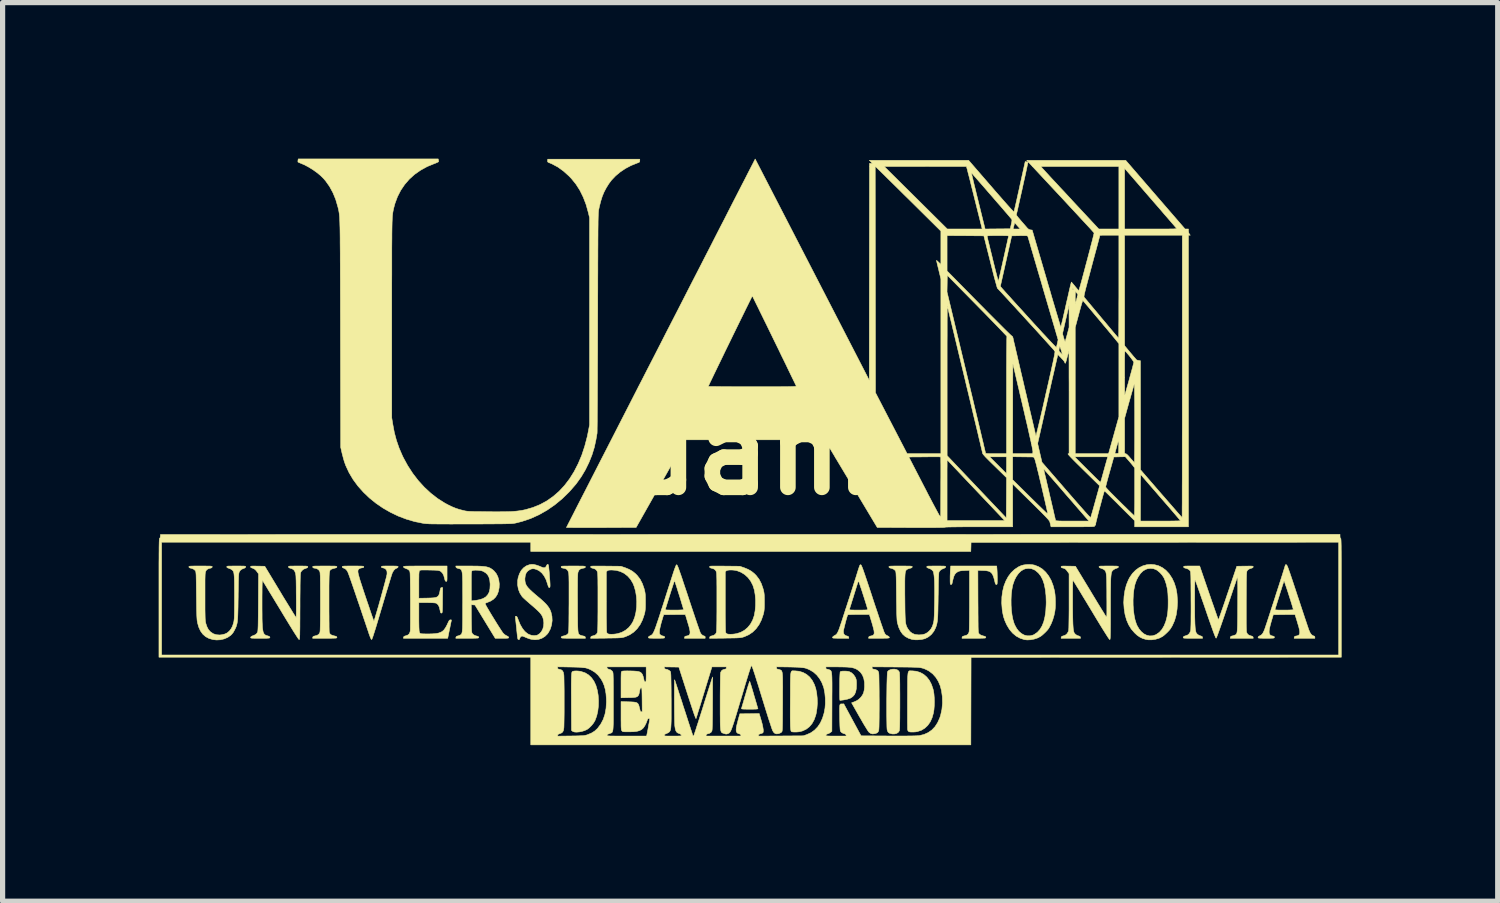
<source format=kicad_pcb>
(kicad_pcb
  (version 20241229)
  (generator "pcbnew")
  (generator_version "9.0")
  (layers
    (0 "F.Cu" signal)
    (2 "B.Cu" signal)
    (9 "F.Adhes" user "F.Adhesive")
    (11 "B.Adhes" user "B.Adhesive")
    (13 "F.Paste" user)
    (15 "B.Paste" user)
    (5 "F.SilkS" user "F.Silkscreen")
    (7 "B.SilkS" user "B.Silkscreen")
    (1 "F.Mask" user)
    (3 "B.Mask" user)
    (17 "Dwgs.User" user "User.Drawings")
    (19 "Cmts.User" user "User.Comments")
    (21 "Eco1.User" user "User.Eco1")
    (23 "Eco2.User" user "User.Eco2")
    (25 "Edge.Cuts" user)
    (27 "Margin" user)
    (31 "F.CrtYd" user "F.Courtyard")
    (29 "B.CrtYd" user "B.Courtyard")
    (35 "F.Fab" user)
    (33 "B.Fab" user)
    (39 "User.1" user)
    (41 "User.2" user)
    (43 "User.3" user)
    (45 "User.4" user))
  (footprint "uam"
    (layer "F.Cu")
    (at 11.367 5.627)
    (property "Reference" "uam" (at 0 0 0) (layer "F.SilkS") (effects (font (size 1.524 1.524) (thickness 0.3))))
    (attr through_hole)
    (fp_poly (pts (xy -0.004 4.427) (xy 0.003 4.451) (xy 0.015 4.487) (xy 0.029 4.533) (xy 0.045 4.587) (xy 0.063 4.647) (xy 0.071 4.677) (xy 0.09 4.74) (xy 0.107 4.798) (xy 0.122 4.848) (xy 0.134 4.89) (xy 0.143 4.921) (xy 0.149 4.938) (xy 0.15 4.941) (xy 0.149 4.945) (xy 0.141 4.948) (xy 0.125 4.951) (xy 0.098 4.952) (xy 0.059 4.953) (xy 0.005 4.953) (xy -0.008 4.953) (xy -0.067 4.953) (xy -0.11 4.952) (xy -0.14 4.951) (xy -0.158 4.948) (xy -0.167 4.945) (xy -0.167 4.942) (xy -0.164 4.932) (xy -0.157 4.907) (xy -0.146 4.87) (xy -0.132 4.823) (xy -0.116 4.768) (xy -0.099 4.707) (xy -0.088 4.672) (xy -0.07 4.609) (xy -0.053 4.552) (xy -0.038 4.502) (xy -0.025 4.463) (xy -0.015 4.434) (xy -0.009 4.419) (xy -0.008 4.418) (xy -0.004 4.427)) (stroke (width 0.01) (type solid)) (fill yes) (layer "F.SilkS"))
    (fp_poly (pts (xy 1.846 4.222) (xy 1.88 4.226) (xy 1.908 4.232) (xy 1.908 4.233) (xy 1.951 4.255) (xy 1.989 4.291) (xy 2.019 4.335) (xy 2.024 4.346) (xy 2.034 4.369) (xy 2.04 4.392) (xy 2.043 4.42) (xy 2.044 4.457) (xy 2.044 4.483) (xy 2.041 4.559) (xy 2.028 4.622) (xy 2.006 4.672) (xy 1.972 4.711) (xy 1.927 4.741) (xy 1.868 4.761) (xy 1.8 4.775) (xy 1.768 4.779) (xy 1.742 4.782) (xy 1.727 4.784) (xy 1.726 4.784) (xy 1.724 4.775) (xy 1.722 4.751) (xy 1.721 4.711) (xy 1.72 4.657) (xy 1.72 4.59) (xy 1.721 4.513) (xy 1.721 4.434) (xy 1.722 4.37) (xy 1.724 4.32) (xy 1.726 4.283) (xy 1.728 4.257) (xy 1.73 4.24) (xy 1.734 4.232) (xy 1.734 4.232) (xy 1.749 4.226) (xy 1.776 4.222) (xy 1.81 4.221) (xy 1.846 4.222)) (stroke (width 0.01) (type solid)) (fill yes) (layer "F.SilkS"))
    (fp_poly (pts (xy -3.305 4.22) (xy -3.264 4.225) (xy -3.248 4.229) (xy -3.172 4.254) (xy -3.106 4.294) (xy -3.049 4.348) (xy -3.002 4.415) (xy -2.964 4.496) (xy -2.937 4.59) (xy -2.921 4.682) (xy -2.914 4.788) (xy -2.916 4.892) (xy -2.928 4.992) (xy -2.949 5.084) (xy -2.979 5.165) (xy -2.981 5.171) (xy -3.009 5.218) (xy -3.046 5.265) (xy -3.088 5.307) (xy -3.129 5.339) (xy -3.139 5.345) (xy -3.184 5.365) (xy -3.233 5.38) (xy -3.284 5.39) (xy -3.332 5.394) (xy -3.373 5.392) (xy -3.404 5.383) (xy -3.413 5.377) (xy -3.433 5.361) (xy -3.436 4.846) (xy -3.436 4.73) (xy -3.437 4.63) (xy -3.437 4.545) (xy -3.437 4.473) (xy -3.436 4.413) (xy -3.435 4.364) (xy -3.434 4.325) (xy -3.432 4.295) (xy -3.43 4.272) (xy -3.428 4.255) (xy -3.425 4.243) (xy -3.421 4.235) (xy -3.421 4.234) (xy -3.407 4.225) (xy -3.38 4.22) (xy -3.345 4.218) (xy -3.305 4.22)) (stroke (width 0.01) (type solid)) (fill yes) (layer "F.SilkS"))
    (fp_poly (pts (xy 0.834 4.216) (xy 0.849 4.216) (xy 0.856 4.216) (xy 0.94 4.224) (xy 1.016 4.247) (xy 1.084 4.284) (xy 1.144 4.335) (xy 1.194 4.4) (xy 1.234 4.477) (xy 1.261 4.555) (xy 1.279 4.642) (xy 1.289 4.738) (xy 1.292 4.839) (xy 1.285 4.937) (xy 1.271 5.029) (xy 1.261 5.07) (xy 1.23 5.157) (xy 1.189 5.231) (xy 1.138 5.291) (xy 1.077 5.338) (xy 1.007 5.371) (xy 0.958 5.384) (xy 0.924 5.389) (xy 0.883 5.392) (xy 0.844 5.392) (xy 0.812 5.389) (xy 0.802 5.387) (xy 0.796 5.385) (xy 0.79 5.38) (xy 0.786 5.372) (xy 0.782 5.359) (xy 0.779 5.34) (xy 0.776 5.314) (xy 0.774 5.28) (xy 0.773 5.236) (xy 0.772 5.182) (xy 0.771 5.117) (xy 0.771 5.038) (xy 0.771 4.946) (xy 0.772 4.838) (xy 0.772 4.781) (xy 0.773 4.669) (xy 0.773 4.573) (xy 0.773 4.491) (xy 0.774 4.423) (xy 0.775 4.367) (xy 0.777 4.322) (xy 0.779 4.287) (xy 0.783 4.26) (xy 0.787 4.241) (xy 0.793 4.228) (xy 0.801 4.22) (xy 0.81 4.216) (xy 0.821 4.215) (xy 0.834 4.216)) (stroke (width 0.01) (type solid)) (fill yes) (layer "F.SilkS"))
    (fp_poly (pts (xy 3.087 4.216) (xy 3.103 4.216) (xy 3.111 4.216) (xy 3.193 4.224) (xy 3.268 4.247) (xy 3.335 4.284) (xy 3.395 4.336) (xy 3.445 4.4) (xy 3.485 4.477) (xy 3.515 4.565) (xy 3.523 4.597) (xy 3.533 4.66) (xy 3.539 4.734) (xy 3.541 4.812) (xy 3.539 4.891) (xy 3.533 4.964) (xy 3.523 5.026) (xy 3.497 5.118) (xy 3.461 5.197) (xy 3.414 5.264) (xy 3.358 5.317) (xy 3.293 5.357) (xy 3.218 5.382) (xy 3.211 5.384) (xy 3.172 5.39) (xy 3.13 5.392) (xy 3.091 5.392) (xy 3.06 5.388) (xy 3.051 5.385) (xy 3.034 5.369) (xy 3.027 5.349) (xy 3.026 5.336) (xy 3.025 5.307) (xy 3.025 5.265) (xy 3.024 5.21) (xy 3.024 5.144) (xy 3.024 5.069) (xy 3.024 4.986) (xy 3.024 4.897) (xy 3.024 4.803) (xy 3.024 4.781) (xy 3.025 4.669) (xy 3.025 4.573) (xy 3.026 4.491) (xy 3.026 4.423) (xy 3.027 4.367) (xy 3.029 4.322) (xy 3.032 4.286) (xy 3.035 4.26) (xy 3.04 4.241) (xy 3.046 4.228) (xy 3.054 4.22) (xy 3.063 4.216) (xy 3.074 4.215) (xy 3.087 4.216)) (stroke (width 0.01) (type solid)) (fill yes) (layer "F.SilkS"))
    (fp_poly (pts (xy 2.811 4.191) (xy 2.828 4.197) (xy 2.856 4.219) (xy 2.868 4.242) (xy 2.87 4.254) (xy 2.872 4.275) (xy 2.873 4.307) (xy 2.875 4.351) (xy 2.876 4.408) (xy 2.877 4.478) (xy 2.877 4.561) (xy 2.878 4.66) (xy 2.878 4.775) (xy 2.878 4.805) (xy 2.878 4.924) (xy 2.877 5.026) (xy 2.877 5.113) (xy 2.876 5.186) (xy 2.875 5.246) (xy 2.874 5.293) (xy 2.872 5.328) (xy 2.87 5.352) (xy 2.868 5.366) (xy 2.868 5.368) (xy 2.849 5.396) (xy 2.819 5.417) (xy 2.78 5.428) (xy 2.734 5.429) (xy 2.719 5.426) (xy 2.681 5.416) (xy 2.657 5.401) (xy 2.642 5.377) (xy 2.633 5.348) (xy 2.631 5.329) (xy 2.629 5.295) (xy 2.628 5.249) (xy 2.627 5.191) (xy 2.626 5.125) (xy 2.625 5.051) (xy 2.625 4.972) (xy 2.625 4.889) (xy 2.625 4.803) (xy 2.626 4.718) (xy 2.627 4.634) (xy 2.628 4.554) (xy 2.629 4.478) (xy 2.631 4.409) (xy 2.633 4.349) (xy 2.635 4.3) (xy 2.637 4.262) (xy 2.639 4.239) (xy 2.641 4.232) (xy 2.661 4.21) (xy 2.692 4.194) (xy 2.731 4.185) (xy 2.772 4.183) (xy 2.811 4.191)) (stroke (width 0.01) (type solid)) (fill yes) (layer "F.SilkS"))
    (fp_poly (pts (xy 5.424 2.176) (xy 5.465 2.184) (xy 5.544 2.215) (xy 5.617 2.26) (xy 5.681 2.32) (xy 5.737 2.392) (xy 5.785 2.477) (xy 5.822 2.573) (xy 5.85 2.679) (xy 5.854 2.704) (xy 5.861 2.755) (xy 5.865 2.818) (xy 5.867 2.886) (xy 5.867 2.954) (xy 5.864 3.016) (xy 5.858 3.068) (xy 5.841 3.151) (xy 5.816 3.235) (xy 5.784 3.315) (xy 5.747 3.385) (xy 5.733 3.408) (xy 5.71 3.437) (xy 5.678 3.471) (xy 5.642 3.505) (xy 5.607 3.536) (xy 5.579 3.556) (xy 5.523 3.585) (xy 5.458 3.606) (xy 5.389 3.619) (xy 5.323 3.622) (xy 5.271 3.616) (xy 5.188 3.589) (xy 5.113 3.548) (xy 5.045 3.491) (xy 4.985 3.421) (xy 4.934 3.336) (xy 4.928 3.324) (xy 4.894 3.248) (xy 4.869 3.172) (xy 4.852 3.091) (xy 4.844 3.035) (xy 4.835 2.914) (xy 4.837 2.853) (xy 5.015 2.853) (xy 5.016 2.954) (xy 5.022 3.052) (xy 5.034 3.146) (xy 5.051 3.231) (xy 5.073 3.304) (xy 5.084 3.331) (xy 5.121 3.4) (xy 5.164 3.456) (xy 5.214 3.499) (xy 5.267 3.528) (xy 5.324 3.543) (xy 5.381 3.543) (xy 5.439 3.528) (xy 5.461 3.517) (xy 5.52 3.476) (xy 5.569 3.422) (xy 5.61 3.355) (xy 5.643 3.273) (xy 5.666 3.178) (xy 5.682 3.068) (xy 5.689 2.944) (xy 5.69 2.896) (xy 5.686 2.767) (xy 5.673 2.653) (xy 5.653 2.553) (xy 5.624 2.467) (xy 5.587 2.395) (xy 5.541 2.336) (xy 5.486 2.289) (xy 5.46 2.273) (xy 5.408 2.253) (xy 5.35 2.247) (xy 5.292 2.254) (xy 5.255 2.267) (xy 5.205 2.298) (xy 5.158 2.344) (xy 5.116 2.403) (xy 5.081 2.471) (xy 5.054 2.547) (xy 5.046 2.574) (xy 5.03 2.66) (xy 5.019 2.754) (xy 5.015 2.853) (xy 4.837 2.853) (xy 4.838 2.797) (xy 4.853 2.687) (xy 4.878 2.584) (xy 4.915 2.489) (xy 4.961 2.404) (xy 5.017 2.33) (xy 5.082 2.268) (xy 5.155 2.219) (xy 5.211 2.193) (xy 5.256 2.181) (xy 5.311 2.174) (xy 5.369 2.172) (xy 5.424 2.176)) (stroke (width 0.01) (type solid)) (fill yes) (layer "F.SilkS"))
    (fp_poly (pts (xy 7.776 2.177) (xy 7.851 2.197) (xy 7.923 2.233) (xy 7.989 2.282) (xy 8.049 2.346) (xy 8.056 2.355) (xy 8.111 2.439) (xy 8.153 2.53) (xy 8.184 2.628) (xy 8.204 2.737) (xy 8.212 2.856) (xy 8.213 2.896) (xy 8.206 3.026) (xy 8.188 3.144) (xy 8.157 3.252) (xy 8.113 3.35) (xy 8.078 3.408) (xy 8.055 3.437) (xy 8.023 3.471) (xy 7.987 3.505) (xy 7.952 3.536) (xy 7.925 3.556) (xy 7.863 3.588) (xy 7.792 3.609) (xy 7.719 3.62) (xy 7.648 3.619) (xy 7.602 3.611) (xy 7.54 3.592) (xy 7.486 3.565) (xy 7.435 3.529) (xy 7.387 3.484) (xy 7.325 3.412) (xy 7.274 3.329) (xy 7.234 3.236) (xy 7.205 3.131) (xy 7.188 3.021) (xy 7.18 2.904) (xy 7.183 2.854) (xy 7.36 2.854) (xy 7.361 2.955) (xy 7.368 3.053) (xy 7.38 3.146) (xy 7.397 3.232) (xy 7.42 3.305) (xy 7.434 3.341) (xy 7.473 3.408) (xy 7.518 3.463) (xy 7.568 3.505) (xy 7.622 3.532) (xy 7.679 3.545) (xy 7.737 3.542) (xy 7.794 3.523) (xy 7.806 3.517) (xy 7.865 3.476) (xy 7.915 3.42) (xy 7.957 3.349) (xy 7.99 3.265) (xy 8.015 3.168) (xy 8.026 3.096) (xy 8.03 3.049) (xy 8.033 2.989) (xy 8.034 2.922) (xy 8.034 2.853) (xy 8.032 2.787) (xy 8.029 2.728) (xy 8.025 2.688) (xy 8.015 2.624) (xy 8 2.558) (xy 7.981 2.497) (xy 7.961 2.445) (xy 7.952 2.426) (xy 7.919 2.376) (xy 7.877 2.329) (xy 7.832 2.291) (xy 7.805 2.273) (xy 7.753 2.253) (xy 7.695 2.247) (xy 7.638 2.254) (xy 7.6 2.267) (xy 7.55 2.298) (xy 7.503 2.344) (xy 7.462 2.403) (xy 7.426 2.471) (xy 7.399 2.547) (xy 7.392 2.574) (xy 7.375 2.661) (xy 7.365 2.755) (xy 7.36 2.854) (xy 7.183 2.854) (xy 7.186 2.787) (xy 7.203 2.673) (xy 7.231 2.565) (xy 7.271 2.467) (xy 7.297 2.418) (xy 7.349 2.343) (xy 7.41 2.281) (xy 7.476 2.233) (xy 7.548 2.198) (xy 7.623 2.177) (xy 7.7 2.17) (xy 7.776 2.177)) (stroke (width 0.01) (type solid)) (fill yes) (layer "F.SilkS"))
    (fp_poly (pts (xy -3.331 2.201) (xy -3.277 2.202) (xy -3.236 2.202) (xy -3.207 2.203) (xy -3.188 2.205) (xy -3.175 2.207) (xy -3.169 2.21) (xy -3.167 2.214) (xy -3.167 2.218) (xy -3.169 2.228) (xy -3.177 2.236) (xy -3.196 2.241) (xy -3.227 2.247) (xy -3.265 2.26) (xy -3.291 2.283) (xy -3.307 2.319) (xy -3.31 2.331) (xy -3.312 2.35) (xy -3.314 2.383) (xy -3.316 2.43) (xy -3.317 2.493) (xy -3.317 2.571) (xy -3.318 2.665) (xy -3.318 2.775) (xy -3.317 2.902) (xy -3.317 2.922) (xy -3.317 3.035) (xy -3.316 3.133) (xy -3.315 3.216) (xy -3.315 3.286) (xy -3.314 3.344) (xy -3.312 3.391) (xy -3.31 3.429) (xy -3.307 3.458) (xy -3.304 3.48) (xy -3.3 3.496) (xy -3.294 3.508) (xy -3.288 3.516) (xy -3.281 3.521) (xy -3.272 3.526) (xy -3.266 3.529) (xy -3.242 3.538) (xy -3.213 3.545) (xy -3.207 3.546) (xy -3.183 3.552) (xy -3.171 3.561) (xy -3.168 3.571) (xy -3.165 3.59) (xy -3.399 3.59) (xy -3.468 3.59) (xy -3.521 3.59) (xy -3.562 3.589) (xy -3.591 3.588) (xy -3.611 3.587) (xy -3.623 3.584) (xy -3.629 3.581) (xy -3.632 3.577) (xy -3.632 3.573) (xy -3.625 3.558) (xy -3.609 3.551) (xy -3.562 3.539) (xy -3.529 3.526) (xy -3.507 3.509) (xy -3.502 3.502) (xy -3.498 3.497) (xy -3.495 3.492) (xy -3.493 3.484) (xy -3.49 3.472) (xy -3.489 3.457) (xy -3.487 3.435) (xy -3.486 3.406) (xy -3.485 3.369) (xy -3.484 3.323) (xy -3.483 3.265) (xy -3.483 3.196) (xy -3.482 3.113) (xy -3.482 3.015) (xy -3.481 2.927) (xy -3.481 2.801) (xy -3.481 2.692) (xy -3.481 2.598) (xy -3.481 2.519) (xy -3.482 2.455) (xy -3.483 2.404) (xy -3.485 2.366) (xy -3.487 2.341) (xy -3.488 2.331) (xy -3.503 2.291) (xy -3.526 2.264) (xy -3.561 2.249) (xy -3.572 2.247) (xy -3.603 2.241) (xy -3.622 2.236) (xy -3.63 2.228) (xy -3.632 2.218) (xy -3.632 2.213) (xy -3.628 2.209) (xy -3.621 2.206) (xy -3.607 2.204) (xy -3.585 2.203) (xy -3.553 2.202) (xy -3.51 2.202) (xy -3.453 2.201) (xy -3.399 2.201) (xy -3.331 2.201)) (stroke (width 0.01) (type solid)) (fill yes) (layer "F.SilkS"))
    (fp_poly (pts (xy 4.744 2.258) (xy 4.746 2.289) (xy 4.748 2.331) (xy 4.749 2.379) (xy 4.75 2.429) (xy 4.75 2.436) (xy 4.75 2.484) (xy 4.749 2.517) (xy 4.748 2.538) (xy 4.745 2.55) (xy 4.741 2.556) (xy 4.735 2.557) (xy 4.733 2.557) (xy 4.718 2.55) (xy 4.711 2.534) (xy 4.694 2.464) (xy 4.678 2.408) (xy 4.66 2.366) (xy 4.639 2.335) (xy 4.613 2.314) (xy 4.581 2.3) (xy 4.539 2.292) (xy 4.488 2.288) (xy 4.473 2.288) (xy 4.377 2.284) (xy 4.379 2.881) (xy 4.38 2.996) (xy 4.38 3.095) (xy 4.381 3.18) (xy 4.381 3.252) (xy 4.382 3.311) (xy 4.382 3.359) (xy 4.383 3.398) (xy 4.384 3.428) (xy 4.386 3.451) (xy 4.387 3.469) (xy 4.389 3.481) (xy 4.392 3.489) (xy 4.395 3.496) (xy 4.398 3.501) (xy 4.399 3.502) (xy 4.418 3.52) (xy 4.446 3.534) (xy 4.488 3.547) (xy 4.506 3.551) (xy 4.525 3.56) (xy 4.53 3.573) (xy 4.529 3.578) (xy 4.526 3.582) (xy 4.519 3.585) (xy 4.506 3.587) (xy 4.484 3.588) (xy 4.453 3.589) (xy 4.41 3.59) (xy 4.354 3.59) (xy 4.3 3.59) (xy 4.071 3.59) (xy 4.074 3.571) (xy 4.079 3.559) (xy 4.093 3.551) (xy 4.12 3.543) (xy 4.122 3.543) (xy 4.162 3.53) (xy 4.188 3.51) (xy 4.204 3.481) (xy 4.208 3.466) (xy 4.21 3.452) (xy 4.211 3.423) (xy 4.212 3.38) (xy 4.213 3.324) (xy 4.214 3.257) (xy 4.215 3.18) (xy 4.215 3.096) (xy 4.216 3.005) (xy 4.216 2.909) (xy 4.216 2.859) (xy 4.216 2.284) (xy 4.125 2.288) (xy 4.079 2.29) (xy 4.046 2.294) (xy 4.02 2.3) (xy 3.997 2.309) (xy 3.991 2.312) (xy 3.967 2.327) (xy 3.947 2.345) (xy 3.93 2.369) (xy 3.915 2.402) (xy 3.902 2.446) (xy 3.888 2.504) (xy 3.881 2.538) (xy 3.872 2.554) (xy 3.861 2.557) (xy 3.854 2.556) (xy 3.849 2.551) (xy 3.846 2.54) (xy 3.845 2.52) (xy 3.844 2.489) (xy 3.844 2.444) (xy 3.844 2.394) (xy 3.846 2.344) (xy 3.847 2.299) (xy 3.849 2.266) (xy 3.855 2.201) (xy 4.739 2.201) (xy 4.744 2.258)) (stroke (width 0.01) (type solid)) (fill yes) (layer "F.SilkS"))
    (fp_poly (pts (xy -8.106 2.201) (xy -8.052 2.202) (xy -8.012 2.202) (xy -7.982 2.203) (xy -7.963 2.205) (xy -7.951 2.207) (xy -7.944 2.21) (xy -7.942 2.214) (xy -7.942 2.218) (xy -7.946 2.23) (xy -7.963 2.238) (xy -7.973 2.24) (xy -8.004 2.248) (xy -8.035 2.258) (xy -8.036 2.258) (xy -8.047 2.263) (xy -8.057 2.267) (xy -8.065 2.273) (xy -8.072 2.282) (xy -8.078 2.294) (xy -8.082 2.311) (xy -8.086 2.335) (xy -8.089 2.365) (xy -8.091 2.405) (xy -8.092 2.454) (xy -8.093 2.514) (xy -8.094 2.586) (xy -8.094 2.672) (xy -8.094 2.772) (xy -8.094 2.888) (xy -8.094 2.89) (xy -8.094 2.986) (xy -8.094 3.078) (xy -8.093 3.163) (xy -8.093 3.241) (xy -8.092 3.31) (xy -8.092 3.369) (xy -8.091 3.416) (xy -8.09 3.449) (xy -8.089 3.467) (xy -8.089 3.47) (xy -8.082 3.493) (xy -8.07 3.511) (xy -8.049 3.526) (xy -8.018 3.537) (xy -7.974 3.549) (xy -7.965 3.551) (xy -7.946 3.56) (xy -7.942 3.573) (xy -7.942 3.578) (xy -7.945 3.582) (xy -7.952 3.585) (xy -7.965 3.587) (xy -7.987 3.588) (xy -8.018 3.589) (xy -8.06 3.59) (xy -8.116 3.59) (xy -8.175 3.59) (xy -8.409 3.59) (xy -8.406 3.571) (xy -8.4 3.558) (xy -8.385 3.55) (xy -8.368 3.546) (xy -8.323 3.534) (xy -8.292 3.515) (xy -8.273 3.488) (xy -8.271 3.482) (xy -8.268 3.472) (xy -8.266 3.456) (xy -8.264 3.433) (xy -8.263 3.401) (xy -8.262 3.36) (xy -8.261 3.309) (xy -8.26 3.245) (xy -8.26 3.169) (xy -8.259 3.079) (xy -8.259 2.974) (xy -8.259 2.891) (xy -8.259 2.779) (xy -8.259 2.683) (xy -8.26 2.6) (xy -8.26 2.532) (xy -8.261 2.475) (xy -8.261 2.428) (xy -8.262 2.391) (xy -8.264 2.363) (xy -8.265 2.341) (xy -8.267 2.325) (xy -8.269 2.313) (xy -8.272 2.305) (xy -8.273 2.302) (xy -8.293 2.275) (xy -8.324 2.254) (xy -8.357 2.244) (xy -8.364 2.244) (xy -8.391 2.239) (xy -8.406 2.226) (xy -8.407 2.217) (xy -8.407 2.213) (xy -8.403 2.209) (xy -8.395 2.206) (xy -8.381 2.204) (xy -8.359 2.203) (xy -8.326 2.202) (xy -8.282 2.202) (xy -8.223 2.201) (xy -8.175 2.201) (xy -8.106 2.201)) (stroke (width 0.01) (type solid)) (fill yes) (layer "F.SilkS"))
    (fp_poly (pts (xy -2.918 2.202) (xy -2.856 2.202) (xy -2.78 2.203) (xy -2.775 2.203) (xy -2.485 2.206) (xy -2.4 2.235) (xy -2.325 2.266) (xy -2.262 2.302) (xy -2.207 2.346) (xy -2.17 2.383) (xy -2.115 2.455) (xy -2.071 2.54) (xy -2.037 2.638) (xy -2.035 2.646) (xy -2.027 2.677) (xy -2.021 2.705) (xy -2.017 2.732) (xy -2.014 2.763) (xy -2.013 2.801) (xy -2.012 2.849) (xy -2.012 2.891) (xy -2.012 2.95) (xy -2.013 2.994) (xy -2.015 3.03) (xy -2.018 3.059) (xy -2.022 3.086) (xy -2.029 3.114) (xy -2.034 3.134) (xy -2.069 3.237) (xy -2.115 3.328) (xy -2.171 3.406) (xy -2.238 3.472) (xy -2.314 3.523) (xy -2.4 3.561) (xy -2.426 3.569) (xy -2.442 3.573) (xy -2.462 3.577) (xy -2.486 3.58) (xy -2.518 3.582) (xy -2.558 3.584) (xy -2.609 3.585) (xy -2.673 3.586) (xy -2.751 3.587) (xy -2.771 3.588) (xy -3.066 3.591) (xy -3.063 3.572) (xy -3.057 3.557) (xy -3.04 3.548) (xy -3.029 3.546) (xy -2.986 3.533) (xy -2.956 3.514) (xy -2.939 3.487) (xy -2.937 3.482) (xy -2.934 3.472) (xy -2.932 3.456) (xy -2.93 3.433) (xy -2.929 3.401) (xy -2.928 3.36) (xy -2.927 3.309) (xy -2.926 3.245) (xy -2.926 3.169) (xy -2.925 3.079) (xy -2.925 2.974) (xy -2.925 2.891) (xy -2.925 2.78) (xy -2.925 2.685) (xy -2.925 2.604) (xy -2.926 2.536) (xy -2.926 2.48) (xy -2.927 2.434) (xy -2.928 2.398) (xy -2.929 2.37) (xy -2.93 2.348) (xy -2.932 2.332) (xy -2.934 2.32) (xy -2.937 2.311) (xy -2.937 2.31) (xy -2.764 2.31) (xy -2.764 2.88) (xy -2.764 2.977) (xy -2.764 3.07) (xy -2.764 3.157) (xy -2.763 3.236) (xy -2.762 3.307) (xy -2.761 3.367) (xy -2.76 3.415) (xy -2.759 3.45) (xy -2.758 3.47) (xy -2.758 3.474) (xy -2.747 3.494) (xy -2.732 3.505) (xy -2.707 3.511) (xy -2.67 3.513) (xy -2.627 3.512) (xy -2.582 3.507) (xy -2.546 3.501) (xy -2.467 3.476) (xy -2.395 3.436) (xy -2.331 3.383) (xy -2.279 3.317) (xy -2.249 3.265) (xy -2.217 3.183) (xy -2.195 3.09) (xy -2.182 2.99) (xy -2.179 2.888) (xy -2.186 2.785) (xy -2.202 2.686) (xy -2.228 2.594) (xy -2.253 2.533) (xy -2.298 2.457) (xy -2.355 2.393) (xy -2.421 2.342) (xy -2.496 2.306) (xy -2.579 2.284) (xy -2.659 2.278) (xy -2.696 2.279) (xy -2.721 2.282) (xy -2.738 2.289) (xy -2.744 2.294) (xy -2.764 2.31) (xy -2.937 2.31) (xy -2.94 2.303) (xy -2.942 2.299) (xy -2.957 2.277) (xy -2.977 2.261) (xy -3.007 2.249) (xy -3.042 2.24) (xy -3.06 2.231) (xy -3.065 2.218) (xy -3.065 2.213) (xy -3.062 2.209) (xy -3.057 2.206) (xy -3.046 2.204) (xy -3.028 2.203) (xy -3.002 2.202) (xy -2.966 2.202) (xy -2.918 2.202)) (stroke (width 0.01) (type solid)) (fill yes) (layer "F.SilkS"))
    (fp_poly (pts (xy -0.632 2.202) (xy -0.57 2.202) (xy -0.494 2.203) (xy -0.489 2.203) (xy -0.199 2.206) (xy -0.114 2.235) (xy -0.039 2.266) (xy 0.024 2.302) (xy 0.079 2.346) (xy 0.116 2.383) (xy 0.171 2.455) (xy 0.215 2.54) (xy 0.249 2.638) (xy 0.251 2.646) (xy 0.259 2.677) (xy 0.265 2.705) (xy 0.269 2.732) (xy 0.272 2.763) (xy 0.273 2.801) (xy 0.274 2.849) (xy 0.274 2.891) (xy 0.274 2.95) (xy 0.273 2.994) (xy 0.271 3.03) (xy 0.268 3.059) (xy 0.264 3.086) (xy 0.257 3.114) (xy 0.252 3.134) (xy 0.217 3.237) (xy 0.171 3.328) (xy 0.115 3.406) (xy 0.048 3.472) (xy -0.028 3.523) (xy -0.114 3.561) (xy -0.14 3.569) (xy -0.156 3.573) (xy -0.176 3.577) (xy -0.2 3.58) (xy -0.232 3.582) (xy -0.272 3.584) (xy -0.323 3.585) (xy -0.387 3.586) (xy -0.465 3.587) (xy -0.485 3.588) (xy -0.78 3.591) (xy -0.777 3.572) (xy -0.771 3.557) (xy -0.754 3.548) (xy -0.743 3.546) (xy -0.7 3.533) (xy -0.67 3.514) (xy -0.653 3.487) (xy -0.651 3.482) (xy -0.648 3.472) (xy -0.646 3.456) (xy -0.644 3.433) (xy -0.643 3.401) (xy -0.642 3.36) (xy -0.641 3.309) (xy -0.64 3.245) (xy -0.64 3.169) (xy -0.639 3.079) (xy -0.639 2.974) (xy -0.639 2.891) (xy -0.639 2.78) (xy -0.639 2.685) (xy -0.639 2.604) (xy -0.64 2.536) (xy -0.64 2.48) (xy -0.641 2.434) (xy -0.642 2.398) (xy -0.643 2.37) (xy -0.644 2.348) (xy -0.646 2.332) (xy -0.648 2.32) (xy -0.651 2.311) (xy -0.651 2.31) (xy -0.478 2.31) (xy -0.478 2.88) (xy -0.478 2.977) (xy -0.478 3.07) (xy -0.478 3.157) (xy -0.477 3.236) (xy -0.476 3.307) (xy -0.475 3.367) (xy -0.474 3.415) (xy -0.473 3.45) (xy -0.472 3.47) (xy -0.472 3.474) (xy -0.461 3.494) (xy -0.446 3.505) (xy -0.421 3.511) (xy -0.384 3.513) (xy -0.341 3.512) (xy -0.296 3.507) (xy -0.26 3.501) (xy -0.181 3.476) (xy -0.11 3.437) (xy -0.047 3.384) (xy 0.006 3.319) (xy 0.048 3.243) (xy 0.078 3.157) (xy 0.08 3.148) (xy 0.096 3.059) (xy 0.104 2.96) (xy 0.105 2.858) (xy 0.097 2.758) (xy 0.082 2.665) (xy 0.08 2.659) (xy 0.052 2.571) (xy 0.011 2.492) (xy -0.041 2.423) (xy -0.103 2.366) (xy -0.174 2.322) (xy -0.252 2.292) (xy -0.258 2.291) (xy -0.302 2.282) (xy -0.348 2.278) (xy -0.392 2.278) (xy -0.428 2.282) (xy -0.454 2.291) (xy -0.458 2.294) (xy -0.478 2.31) (xy -0.651 2.31) (xy -0.654 2.303) (xy -0.656 2.299) (xy -0.671 2.277) (xy -0.691 2.261) (xy -0.721 2.249) (xy -0.756 2.24) (xy -0.774 2.231) (xy -0.779 2.218) (xy -0.779 2.213) (xy -0.776 2.209) (xy -0.771 2.206) (xy -0.76 2.204) (xy -0.742 2.203) (xy -0.716 2.202) (xy -0.68 2.202) (xy -0.632 2.202)) (stroke (width 0.01) (type solid)) (fill yes) (layer "F.SilkS"))
    (fp_poly (pts (xy -6.87 2.201) (xy -6.829 2.202) (xy -6.8 2.203) (xy -6.781 2.205) (xy -6.771 2.207) (xy -6.766 2.211) (xy -6.765 2.217) (xy -6.765 2.217) (xy -6.772 2.232) (xy -6.785 2.239) (xy -6.818 2.255) (xy -6.848 2.284) (xy -6.873 2.325) (xy -6.875 2.33) (xy -6.881 2.345) (xy -6.891 2.376) (xy -6.905 2.419) (xy -6.922 2.475) (xy -6.942 2.541) (xy -6.965 2.617) (xy -6.991 2.701) (xy -7.018 2.792) (xy -7.047 2.888) (xy -7.076 2.988) (xy -7.078 2.993) (xy -7.115 3.117) (xy -7.147 3.225) (xy -7.175 3.319) (xy -7.199 3.398) (xy -7.22 3.464) (xy -7.237 3.517) (xy -7.25 3.557) (xy -7.261 3.586) (xy -7.268 3.605) (xy -7.273 3.613) (xy -7.274 3.613) (xy -7.28 3.611) (xy -7.288 3.598) (xy -7.299 3.575) (xy -7.312 3.54) (xy -7.33 3.49) (xy -7.332 3.482) (xy -7.394 3.298) (xy -7.451 3.13) (xy -7.502 2.977) (xy -7.549 2.841) (xy -7.59 2.72) (xy -7.626 2.615) (xy -7.657 2.525) (xy -7.683 2.451) (xy -7.704 2.392) (xy -7.72 2.349) (xy -7.731 2.321) (xy -7.736 2.309) (xy -7.761 2.273) (xy -7.789 2.25) (xy -7.818 2.239) (xy -7.836 2.229) (xy -7.84 2.217) (xy -7.839 2.212) (xy -7.836 2.209) (xy -7.827 2.206) (xy -7.812 2.204) (xy -7.788 2.202) (xy -7.754 2.202) (xy -7.706 2.201) (xy -7.645 2.201) (xy -7.633 2.201) (xy -7.568 2.201) (xy -7.519 2.202) (xy -7.482 2.202) (xy -7.456 2.204) (xy -7.44 2.205) (xy -7.431 2.208) (xy -7.426 2.212) (xy -7.425 2.216) (xy -7.425 2.217) (xy -7.429 2.228) (xy -7.442 2.234) (xy -7.464 2.237) (xy -7.497 2.245) (xy -7.52 2.259) (xy -7.521 2.259) (xy -7.528 2.268) (xy -7.534 2.278) (xy -7.537 2.29) (xy -7.538 2.306) (xy -7.536 2.327) (xy -7.531 2.354) (xy -7.522 2.388) (xy -7.51 2.432) (xy -7.494 2.485) (xy -7.473 2.549) (xy -7.448 2.626) (xy -7.418 2.717) (xy -7.387 2.809) (xy -7.359 2.892) (xy -7.332 2.97) (xy -7.308 3.042) (xy -7.286 3.107) (xy -7.267 3.162) (xy -7.251 3.206) (xy -7.24 3.239) (xy -7.233 3.257) (xy -7.231 3.261) (xy -7.228 3.255) (xy -7.221 3.234) (xy -7.21 3.2) (xy -7.197 3.155) (xy -7.181 3.101) (xy -7.163 3.039) (xy -7.143 2.972) (xy -7.123 2.9) (xy -7.102 2.827) (xy -7.082 2.753) (xy -7.062 2.68) (xy -7.043 2.61) (xy -7.025 2.545) (xy -7.01 2.487) (xy -6.997 2.437) (xy -6.987 2.397) (xy -6.981 2.369) (xy -6.978 2.356) (xy -6.979 2.309) (xy -6.992 2.274) (xy -7.016 2.251) (xy -7.024 2.247) (xy -7.048 2.239) (xy -7.068 2.235) (xy -7.069 2.235) (xy -7.084 2.229) (xy -7.087 2.218) (xy -7.086 2.212) (xy -7.082 2.208) (xy -7.074 2.205) (xy -7.058 2.203) (xy -7.032 2.202) (xy -6.995 2.201) (xy -6.943 2.201) (xy -6.926 2.201) (xy -6.87 2.201)) (stroke (width 0.01) (type solid)) (fill yes) (layer "F.SilkS"))
    (fp_poly (pts (xy -3.888 2.169) (xy -3.883 2.172) (xy -3.879 2.18) (xy -3.875 2.194) (xy -3.871 2.218) (xy -3.868 2.253) (xy -3.863 2.3) (xy -3.859 2.35) (xy -3.854 2.424) (xy -3.849 2.483) (xy -3.846 2.529) (xy -3.845 2.563) (xy -3.845 2.587) (xy -3.847 2.602) (xy -3.85 2.611) (xy -3.854 2.615) (xy -3.859 2.616) (xy -3.868 2.613) (xy -3.877 2.6) (xy -3.885 2.576) (xy -3.893 2.55) (xy -3.921 2.466) (xy -3.958 2.394) (xy -4.002 2.337) (xy -4.053 2.294) (xy -4.1 2.27) (xy -4.141 2.257) (xy -4.174 2.253) (xy -4.203 2.258) (xy -4.229 2.268) (xy -4.272 2.296) (xy -4.303 2.333) (xy -4.321 2.382) (xy -4.329 2.442) (xy -4.329 2.453) (xy -4.327 2.49) (xy -4.321 2.523) (xy -4.31 2.555) (xy -4.293 2.586) (xy -4.267 2.619) (xy -4.232 2.656) (xy -4.187 2.698) (xy -4.131 2.747) (xy -4.093 2.779) (xy -4.025 2.836) (xy -3.97 2.886) (xy -3.926 2.929) (xy -3.892 2.969) (xy -3.865 3.007) (xy -3.845 3.044) (xy -3.83 3.082) (xy -3.828 3.086) (xy -3.809 3.168) (xy -3.805 3.251) (xy -3.816 3.333) (xy -3.84 3.411) (xy -3.877 3.481) (xy -3.895 3.506) (xy -3.944 3.554) (xy -4.002 3.59) (xy -4.067 3.612) (xy -4.135 3.619) (xy -4.204 3.611) (xy -4.239 3.601) (xy -4.279 3.587) (xy -4.311 3.574) (xy -4.342 3.561) (xy -4.368 3.551) (xy -4.384 3.548) (xy -4.385 3.548) (xy -4.403 3.555) (xy -4.419 3.572) (xy -4.428 3.594) (xy -4.428 3.6) (xy -4.435 3.613) (xy -4.448 3.615) (xy -4.454 3.615) (xy -4.459 3.612) (xy -4.463 3.605) (xy -4.467 3.591) (xy -4.471 3.569) (xy -4.475 3.537) (xy -4.48 3.491) (xy -4.486 3.432) (xy -4.486 3.427) (xy -4.492 3.37) (xy -4.498 3.316) (xy -4.503 3.27) (xy -4.507 3.232) (xy -4.51 3.208) (xy -4.51 3.203) (xy -4.512 3.18) (xy -4.51 3.169) (xy -4.5 3.167) (xy -4.498 3.167) (xy -4.488 3.17) (xy -4.479 3.181) (xy -4.468 3.204) (xy -4.458 3.232) (xy -4.421 3.323) (xy -4.378 3.399) (xy -4.331 3.458) (xy -4.28 3.501) (xy -4.25 3.517) (xy -4.2 3.534) (xy -4.149 3.539) (xy -4.101 3.533) (xy -4.087 3.528) (xy -4.045 3.501) (xy -4.011 3.462) (xy -3.985 3.413) (xy -3.97 3.357) (xy -3.965 3.296) (xy -3.97 3.25) (xy -3.977 3.217) (xy -3.986 3.186) (xy -3.999 3.158) (xy -4.018 3.129) (xy -4.043 3.098) (xy -4.076 3.064) (xy -4.118 3.025) (xy -4.171 2.978) (xy -4.23 2.928) (xy -4.271 2.892) (xy -4.31 2.858) (xy -4.343 2.828) (xy -4.368 2.804) (xy -4.382 2.789) (xy -4.426 2.72) (xy -4.455 2.645) (xy -4.469 2.564) (xy -4.468 2.48) (xy -4.458 2.423) (xy -4.433 2.349) (xy -4.399 2.286) (xy -4.354 2.236) (xy -4.302 2.199) (xy -4.241 2.176) (xy -4.205 2.17) (xy -4.163 2.171) (xy -4.114 2.182) (xy -4.055 2.202) (xy -4.013 2.22) (xy -3.977 2.234) (xy -3.95 2.235) (xy -3.93 2.223) (xy -3.915 2.197) (xy -3.915 2.197) (xy -3.902 2.175) (xy -3.889 2.169) (xy -3.888 2.169)) (stroke (width 0.01) (type solid)) (fill yes) (layer "F.SilkS"))
    (fp_poly (pts (xy 10.306 2.177) (xy 10.309 2.179) (xy 10.314 2.184) (xy 10.319 2.193) (xy 10.326 2.207) (xy 10.335 2.228) (xy 10.345 2.255) (xy 10.358 2.292) (xy 10.374 2.337) (xy 10.393 2.393) (xy 10.416 2.461) (xy 10.443 2.542) (xy 10.474 2.636) (xy 10.51 2.745) (xy 10.519 2.773) (xy 10.552 2.871) (xy 10.583 2.966) (xy 10.613 3.056) (xy 10.641 3.14) (xy 10.666 3.216) (xy 10.689 3.283) (xy 10.708 3.34) (xy 10.723 3.384) (xy 10.733 3.416) (xy 10.739 3.431) (xy 10.762 3.483) (xy 10.787 3.519) (xy 10.815 3.54) (xy 10.831 3.545) (xy 10.849 3.552) (xy 10.854 3.568) (xy 10.854 3.57) (xy 10.854 3.59) (xy 10.455 3.59) (xy 10.458 3.571) (xy 10.463 3.558) (xy 10.477 3.55) (xy 10.499 3.546) (xy 10.525 3.54) (xy 10.544 3.53) (xy 10.557 3.514) (xy 10.563 3.492) (xy 10.563 3.461) (xy 10.556 3.42) (xy 10.543 3.367) (xy 10.523 3.301) (xy 10.516 3.276) (xy 10.502 3.23) (xy 10.49 3.191) (xy 10.48 3.16) (xy 10.475 3.141) (xy 10.473 3.135) (xy 10.465 3.135) (xy 10.442 3.134) (xy 10.407 3.134) (xy 10.362 3.134) (xy 10.309 3.134) (xy 10.264 3.135) (xy 10.055 3.137) (xy 10.015 3.272) (xy 9.995 3.346) (xy 9.981 3.405) (xy 9.975 3.452) (xy 9.976 3.487) (xy 9.984 3.513) (xy 9.999 3.531) (xy 10.022 3.542) (xy 10.031 3.544) (xy 10.057 3.55) (xy 10.07 3.556) (xy 10.075 3.564) (xy 10.075 3.573) (xy 10.075 3.579) (xy 10.071 3.583) (xy 10.063 3.586) (xy 10.047 3.588) (xy 10.021 3.589) (xy 9.984 3.59) (xy 9.932 3.59) (xy 9.919 3.59) (xy 9.864 3.59) (xy 9.823 3.589) (xy 9.795 3.588) (xy 9.778 3.587) (xy 9.768 3.584) (xy 9.763 3.58) (xy 9.762 3.574) (xy 9.762 3.573) (xy 9.769 3.558) (xy 9.79 3.545) (xy 9.796 3.542) (xy 9.819 3.53) (xy 9.839 3.513) (xy 9.856 3.489) (xy 9.874 3.453) (xy 9.889 3.417) (xy 9.894 3.402) (xy 9.904 3.372) (xy 9.918 3.33) (xy 9.936 3.277) (xy 9.956 3.215) (xy 9.979 3.145) (xy 10.004 3.068) (xy 10.014 3.036) (xy 10.087 3.036) (xy 10.087 3.04) (xy 10.094 3.043) (xy 10.109 3.045) (xy 10.134 3.047) (xy 10.171 3.048) (xy 10.222 3.048) (xy 10.261 3.048) (xy 10.329 3.048) (xy 10.382 3.046) (xy 10.417 3.044) (xy 10.436 3.041) (xy 10.439 3.039) (xy 10.437 3.027) (xy 10.43 3.002) (xy 10.419 2.966) (xy 10.406 2.922) (xy 10.39 2.871) (xy 10.372 2.815) (xy 10.354 2.758) (xy 10.336 2.701) (xy 10.318 2.646) (xy 10.301 2.596) (xy 10.286 2.553) (xy 10.275 2.519) (xy 10.266 2.496) (xy 10.262 2.487) (xy 10.262 2.487) (xy 10.258 2.496) (xy 10.25 2.52) (xy 10.238 2.556) (xy 10.223 2.602) (xy 10.206 2.657) (xy 10.186 2.718) (xy 10.174 2.759) (xy 10.154 2.823) (xy 10.135 2.882) (xy 10.119 2.935) (xy 10.105 2.979) (xy 10.095 3.011) (xy 10.088 3.031) (xy 10.087 3.036) (xy 10.014 3.036) (xy 10.03 2.987) (xy 10.058 2.902) (xy 10.086 2.815) (xy 10.113 2.728) (xy 10.141 2.643) (xy 10.168 2.56) (xy 10.193 2.481) (xy 10.216 2.409) (xy 10.237 2.343) (xy 10.254 2.287) (xy 10.269 2.24) (xy 10.279 2.206) (xy 10.286 2.185) (xy 10.287 2.179) (xy 10.294 2.177) (xy 10.306 2.177)) (stroke (width 0.01) (type solid)) (fill yes) (layer "F.SilkS"))
    (fp_poly (pts (xy -5.396 2.201) (xy -5.304 2.202) (xy -5.228 2.203) (xy -5.164 2.206) (xy -5.112 2.211) (xy -5.069 2.217) (xy -5.032 2.227) (xy -5.001 2.239) (xy -4.974 2.255) (xy -4.947 2.274) (xy -4.92 2.298) (xy -4.919 2.3) (xy -4.879 2.348) (xy -4.849 2.407) (xy -4.83 2.474) (xy -4.821 2.545) (xy -4.824 2.618) (xy -4.838 2.69) (xy -4.861 2.75) (xy -4.892 2.799) (xy -4.934 2.841) (xy -4.989 2.876) (xy -5.059 2.905) (xy -5.09 2.916) (xy -5.093 2.919) (xy -5.091 2.928) (xy -5.085 2.943) (xy -5.073 2.966) (xy -5.056 2.997) (xy -5.031 3.039) (xy -5 3.092) (xy -4.96 3.158) (xy -4.941 3.189) (xy -4.902 3.252) (xy -4.865 3.312) (xy -4.831 3.366) (xy -4.8 3.414) (xy -4.775 3.452) (xy -4.756 3.48) (xy -4.744 3.495) (xy -4.716 3.521) (xy -4.686 3.539) (xy -4.678 3.543) (xy -4.652 3.556) (xy -4.641 3.571) (xy -4.641 3.572) (xy -4.641 3.579) (xy -4.644 3.584) (xy -4.652 3.587) (xy -4.668 3.589) (xy -4.695 3.59) (xy -4.735 3.59) (xy -4.769 3.59) (xy -4.899 3.59) (xy -5.094 3.27) (xy -5.289 2.951) (xy -5.324 2.948) (xy -5.36 2.945) (xy -5.358 3.212) (xy -5.357 3.286) (xy -5.356 3.346) (xy -5.355 3.392) (xy -5.354 3.427) (xy -5.352 3.453) (xy -5.35 3.471) (xy -5.347 3.484) (xy -5.344 3.493) (xy -5.339 3.5) (xy -5.337 3.502) (xy -5.313 3.525) (xy -5.275 3.542) (xy -5.239 3.551) (xy -5.22 3.56) (xy -5.215 3.573) (xy -5.216 3.578) (xy -5.219 3.582) (xy -5.226 3.585) (xy -5.24 3.587) (xy -5.262 3.588) (xy -5.294 3.589) (xy -5.337 3.59) (xy -5.395 3.59) (xy -5.436 3.59) (xy -5.657 3.59) (xy -5.654 3.571) (xy -5.647 3.557) (xy -5.629 3.548) (xy -5.62 3.546) (xy -5.592 3.538) (xy -5.569 3.527) (xy -5.567 3.526) (xy -5.559 3.52) (xy -5.552 3.514) (xy -5.546 3.506) (xy -5.541 3.494) (xy -5.537 3.479) (xy -5.533 3.458) (xy -5.531 3.43) (xy -5.528 3.395) (xy -5.527 3.35) (xy -5.526 3.295) (xy -5.525 3.228) (xy -5.525 3.148) (xy -5.525 3.055) (xy -5.525 2.946) (xy -5.524 2.896) (xy -5.524 2.778) (xy -5.525 2.676) (xy -5.525 2.588) (xy -5.359 2.588) (xy -5.359 2.872) (xy -5.306 2.866) (xy -5.267 2.861) (xy -5.224 2.853) (xy -5.199 2.848) (xy -5.134 2.827) (xy -5.083 2.797) (xy -5.044 2.756) (xy -5.016 2.705) (xy -5.001 2.641) (xy -4.997 2.565) (xy -4.997 2.545) (xy -5.004 2.474) (xy -5.02 2.416) (xy -5.045 2.37) (xy -5.081 2.334) (xy -5.128 2.305) (xy -5.135 2.302) (xy -5.165 2.292) (xy -5.202 2.286) (xy -5.243 2.282) (xy -5.283 2.281) (xy -5.317 2.284) (xy -5.34 2.29) (xy -5.345 2.293) (xy -5.349 2.298) (xy -5.352 2.306) (xy -5.355 2.319) (xy -5.356 2.338) (xy -5.358 2.366) (xy -5.359 2.404) (xy -5.359 2.455) (xy -5.359 2.518) (xy -5.359 2.588) (xy -5.525 2.588) (xy -5.525 2.588) (xy -5.525 2.514) (xy -5.527 2.452) (xy -5.528 2.402) (xy -5.531 2.361) (xy -5.535 2.329) (xy -5.54 2.304) (xy -5.546 2.286) (xy -5.554 2.273) (xy -5.563 2.264) (xy -5.574 2.258) (xy -5.587 2.254) (xy -5.602 2.25) (xy -5.612 2.248) (xy -5.638 2.239) (xy -5.651 2.229) (xy -5.654 2.219) (xy -5.657 2.201) (xy -5.396 2.201)) (stroke (width 0.01) (type solid)) (fill yes) (layer "F.SilkS"))
    (fp_poly (pts (xy 2.126 2.178) (xy 2.13 2.18) (xy 2.135 2.186) (xy 2.141 2.197) (xy 2.148 2.214) (xy 2.158 2.238) (xy 2.17 2.27) (xy 2.184 2.311) (xy 2.202 2.362) (xy 2.223 2.424) (xy 2.248 2.498) (xy 2.277 2.585) (xy 2.311 2.687) (xy 2.349 2.803) (xy 2.349 2.804) (xy 2.382 2.904) (xy 2.414 3) (xy 2.445 3.091) (xy 2.473 3.176) (xy 2.499 3.253) (xy 2.522 3.321) (xy 2.542 3.378) (xy 2.558 3.424) (xy 2.569 3.456) (xy 2.576 3.474) (xy 2.577 3.475) (xy 2.591 3.504) (xy 2.606 3.522) (xy 2.626 3.535) (xy 2.637 3.54) (xy 2.664 3.555) (xy 2.675 3.569) (xy 2.675 3.573) (xy 2.675 3.579) (xy 2.671 3.583) (xy 2.663 3.585) (xy 2.649 3.587) (xy 2.625 3.589) (xy 2.591 3.589) (xy 2.544 3.59) (xy 2.483 3.59) (xy 2.276 3.59) (xy 2.279 3.571) (xy 2.285 3.558) (xy 2.299 3.55) (xy 2.319 3.546) (xy 2.344 3.54) (xy 2.363 3.532) (xy 2.376 3.52) (xy 2.383 3.502) (xy 2.384 3.476) (xy 2.38 3.441) (xy 2.369 3.395) (xy 2.353 3.336) (xy 2.332 3.263) (xy 2.331 3.262) (xy 2.292 3.133) (xy 2.086 3.133) (xy 2.029 3.133) (xy 1.977 3.134) (xy 1.934 3.135) (xy 1.901 3.136) (xy 1.882 3.138) (xy 1.877 3.139) (xy 1.87 3.154) (xy 1.861 3.182) (xy 1.85 3.219) (xy 1.838 3.263) (xy 1.826 3.309) (xy 1.815 3.354) (xy 1.805 3.395) (xy 1.797 3.429) (xy 1.793 3.451) (xy 1.793 3.456) (xy 1.797 3.496) (xy 1.812 3.523) (xy 1.839 3.54) (xy 1.856 3.545) (xy 1.88 3.552) (xy 1.892 3.562) (xy 1.895 3.571) (xy 1.898 3.59) (xy 1.74 3.59) (xy 1.685 3.59) (xy 1.645 3.589) (xy 1.617 3.588) (xy 1.599 3.587) (xy 1.589 3.584) (xy 1.584 3.58) (xy 1.583 3.574) (xy 1.583 3.574) (xy 1.592 3.558) (xy 1.616 3.541) (xy 1.619 3.54) (xy 1.642 3.527) (xy 1.66 3.512) (xy 1.675 3.492) (xy 1.69 3.462) (xy 1.708 3.42) (xy 1.708 3.418) (xy 1.715 3.402) (xy 1.725 3.37) (xy 1.74 3.326) (xy 1.759 3.27) (xy 1.78 3.204) (xy 1.804 3.13) (xy 1.83 3.049) (xy 1.834 3.037) (xy 1.907 3.037) (xy 1.909 3.041) (xy 1.92 3.044) (xy 1.941 3.046) (xy 1.974 3.047) (xy 2.021 3.048) (xy 2.082 3.048) (xy 2.135 3.048) (xy 2.182 3.047) (xy 2.22 3.046) (xy 2.246 3.044) (xy 2.26 3.042) (xy 2.261 3.042) (xy 2.258 3.03) (xy 2.251 3.005) (xy 2.241 2.97) (xy 2.227 2.925) (xy 2.211 2.874) (xy 2.194 2.819) (xy 2.175 2.761) (xy 2.157 2.704) (xy 2.139 2.649) (xy 2.122 2.599) (xy 2.107 2.555) (xy 2.095 2.52) (xy 2.087 2.497) (xy 2.082 2.487) (xy 2.082 2.487) (xy 2.078 2.496) (xy 2.07 2.52) (xy 2.058 2.556) (xy 2.043 2.602) (xy 2.026 2.657) (xy 2.007 2.718) (xy 1.994 2.76) (xy 1.974 2.825) (xy 1.955 2.884) (xy 1.939 2.937) (xy 1.925 2.98) (xy 1.915 3.013) (xy 1.909 3.032) (xy 1.907 3.037) (xy 1.834 3.037) (xy 1.858 2.964) (xy 1.887 2.874) (xy 1.917 2.783) (xy 1.946 2.691) (xy 1.975 2.6) (xy 2.003 2.512) (xy 2.03 2.429) (xy 2.054 2.351) (xy 2.076 2.28) (xy 2.093 2.228) (xy 2.103 2.199) (xy 2.111 2.183) (xy 2.119 2.177) (xy 2.126 2.178)) (stroke (width 0.01) (type solid)) (fill yes) (layer "F.SilkS"))
    (fp_poly (pts (xy -1.407 2.18) (xy -1.402 2.187) (xy -1.396 2.199) (xy -1.388 2.217) (xy -1.378 2.242) (xy -1.366 2.276) (xy -1.351 2.319) (xy -1.332 2.372) (xy -1.31 2.436) (xy -1.285 2.513) (xy -1.255 2.603) (xy -1.22 2.706) (xy -1.181 2.824) (xy -1.148 2.925) (xy -1.116 3.021) (xy -1.085 3.113) (xy -1.057 3.197) (xy -1.031 3.274) (xy -1.008 3.341) (xy -0.988 3.397) (xy -0.972 3.442) (xy -0.961 3.474) (xy -0.954 3.491) (xy -0.953 3.493) (xy -0.933 3.518) (xy -0.908 3.537) (xy -0.883 3.547) (xy -0.877 3.548) (xy -0.866 3.555) (xy -0.864 3.569) (xy -0.864 3.59) (xy -1.263 3.59) (xy -1.26 3.571) (xy -1.255 3.558) (xy -1.241 3.55) (xy -1.219 3.546) (xy -1.193 3.54) (xy -1.174 3.53) (xy -1.161 3.514) (xy -1.155 3.492) (xy -1.155 3.461) (xy -1.162 3.42) (xy -1.175 3.367) (xy -1.195 3.301) (xy -1.202 3.276) (xy -1.216 3.23) (xy -1.228 3.191) (xy -1.237 3.16) (xy -1.243 3.141) (xy -1.245 3.135) (xy -1.253 3.135) (xy -1.275 3.134) (xy -1.311 3.134) (xy -1.356 3.134) (xy -1.409 3.134) (xy -1.453 3.135) (xy -1.662 3.137) (xy -1.699 3.26) (xy -1.713 3.309) (xy -1.725 3.358) (xy -1.735 3.402) (xy -1.741 3.436) (xy -1.741 3.443) (xy -1.743 3.475) (xy -1.743 3.496) (xy -1.738 3.509) (xy -1.729 3.52) (xy -1.729 3.521) (xy -1.707 3.536) (xy -1.687 3.544) (xy -1.661 3.55) (xy -1.648 3.556) (xy -1.643 3.564) (xy -1.643 3.573) (xy -1.643 3.579) (xy -1.647 3.583) (xy -1.655 3.586) (xy -1.671 3.588) (xy -1.697 3.589) (xy -1.734 3.59) (xy -1.786 3.59) (xy -1.799 3.59) (xy -1.854 3.59) (xy -1.895 3.589) (xy -1.923 3.588) (xy -1.94 3.587) (xy -1.95 3.584) (xy -1.955 3.58) (xy -1.956 3.574) (xy -1.956 3.573) (xy -1.949 3.558) (xy -1.926 3.544) (xy -1.919 3.541) (xy -1.908 3.535) (xy -1.898 3.53) (xy -1.889 3.523) (xy -1.879 3.514) (xy -1.87 3.501) (xy -1.86 3.484) (xy -1.849 3.461) (xy -1.836 3.432) (xy -1.822 3.396) (xy -1.806 3.351) (xy -1.788 3.297) (xy -1.766 3.233) (xy -1.741 3.157) (xy -1.713 3.069) (xy -1.703 3.037) (xy -1.632 3.037) (xy -1.63 3.041) (xy -1.619 3.044) (xy -1.598 3.046) (xy -1.565 3.047) (xy -1.518 3.048) (xy -1.457 3.048) (xy -1.39 3.048) (xy -1.338 3.046) (xy -1.302 3.044) (xy -1.283 3.042) (xy -1.278 3.039) (xy -1.281 3.03) (xy -1.288 3.006) (xy -1.298 2.971) (xy -1.312 2.927) (xy -1.327 2.876) (xy -1.344 2.82) (xy -1.362 2.762) (xy -1.381 2.704) (xy -1.398 2.648) (xy -1.414 2.597) (xy -1.429 2.552) (xy -1.44 2.517) (xy -1.448 2.493) (xy -1.452 2.482) (xy -1.452 2.482) (xy -1.454 2.486) (xy -1.459 2.498) (xy -1.467 2.521) (xy -1.478 2.554) (xy -1.493 2.6) (xy -1.512 2.658) (xy -1.535 2.73) (xy -1.562 2.817) (xy -1.588 2.9) (xy -1.602 2.944) (xy -1.614 2.983) (xy -1.624 3.014) (xy -1.63 3.033) (xy -1.632 3.037) (xy -1.703 3.037) (xy -1.68 2.968) (xy -1.643 2.852) (xy -1.608 2.741) (xy -1.573 2.631) (xy -1.542 2.536) (xy -1.516 2.455) (xy -1.494 2.387) (xy -1.476 2.331) (xy -1.461 2.286) (xy -1.448 2.25) (xy -1.438 2.223) (xy -1.43 2.203) (xy -1.424 2.19) (xy -1.419 2.182) (xy -1.415 2.178) (xy -1.411 2.178) (xy -1.407 2.18)) (stroke (width 0.01) (type solid)) (fill yes) (layer "F.SilkS"))
    (fp_poly (pts (xy -5.825 2.35) (xy -5.825 2.403) (xy -5.825 2.442) (xy -5.826 2.469) (xy -5.828 2.485) (xy -5.831 2.493) (xy -5.836 2.497) (xy -5.842 2.496) (xy -5.843 2.496) (xy -5.854 2.492) (xy -5.862 2.48) (xy -5.869 2.457) (xy -5.873 2.44) (xy -5.89 2.38) (xy -5.914 2.336) (xy -5.945 2.306) (xy -5.956 2.299) (xy -5.97 2.293) (xy -5.986 2.289) (xy -6.006 2.285) (xy -6.034 2.283) (xy -6.072 2.281) (xy -6.122 2.28) (xy -6.164 2.279) (xy -6.224 2.278) (xy -6.268 2.278) (xy -6.301 2.278) (xy -6.323 2.279) (xy -6.338 2.282) (xy -6.347 2.286) (xy -6.353 2.29) (xy -6.357 2.295) (xy -6.36 2.304) (xy -6.362 2.318) (xy -6.364 2.339) (xy -6.366 2.368) (xy -6.366 2.408) (xy -6.367 2.46) (xy -6.367 2.527) (xy -6.367 2.562) (xy -6.367 2.821) (xy -6.208 2.818) (xy -6.141 2.816) (xy -6.088 2.813) (xy -6.048 2.807) (xy -6.019 2.797) (xy -5.998 2.782) (xy -5.983 2.76) (xy -5.972 2.731) (xy -5.963 2.692) (xy -5.96 2.673) (xy -5.953 2.643) (xy -5.948 2.626) (xy -5.94 2.618) (xy -5.93 2.616) (xy -5.929 2.616) (xy -5.909 2.616) (xy -5.912 2.86) (xy -5.912 2.93) (xy -5.913 2.986) (xy -5.914 3.028) (xy -5.915 3.058) (xy -5.917 3.08) (xy -5.919 3.093) (xy -5.922 3.101) (xy -5.926 3.104) (xy -5.931 3.105) (xy -5.932 3.106) (xy -5.941 3.105) (xy -5.948 3.098) (xy -5.954 3.081) (xy -5.96 3.05) (xy -5.974 2.992) (xy -5.995 2.949) (xy -6.022 2.923) (xy -6.037 2.915) (xy -6.058 2.911) (xy -6.094 2.908) (xy -6.143 2.906) (xy -6.202 2.905) (xy -6.217 2.905) (xy -6.367 2.904) (xy -6.367 3.179) (xy -6.367 3.26) (xy -6.366 3.326) (xy -6.365 3.379) (xy -6.363 3.419) (xy -6.361 3.449) (xy -6.357 3.47) (xy -6.352 3.485) (xy -6.345 3.494) (xy -6.337 3.499) (xy -6.332 3.501) (xy -6.318 3.503) (xy -6.291 3.505) (xy -6.253 3.506) (xy -6.209 3.507) (xy -6.187 3.507) (xy -6.108 3.505) (xy -6.044 3.5) (xy -5.992 3.491) (xy -5.949 3.476) (xy -5.92 3.461) (xy -5.889 3.435) (xy -5.858 3.393) (xy -5.827 3.337) (xy -5.811 3.302) (xy -5.796 3.27) (xy -5.785 3.25) (xy -5.774 3.24) (xy -5.762 3.236) (xy -5.761 3.236) (xy -5.745 3.236) (xy -5.741 3.244) (xy -5.743 3.253) (xy -5.746 3.267) (xy -5.752 3.295) (xy -5.76 3.333) (xy -5.769 3.38) (xy -5.78 3.431) (xy -5.78 3.431) (xy -5.812 3.59) (xy -6.664 3.59) (xy -6.662 3.571) (xy -6.656 3.559) (xy -6.641 3.549) (xy -6.617 3.542) (xy -6.577 3.527) (xy -6.551 3.503) (xy -6.536 3.468) (xy -6.532 3.444) (xy -6.531 3.428) (xy -6.53 3.396) (xy -6.53 3.351) (xy -6.529 3.293) (xy -6.529 3.225) (xy -6.529 3.148) (xy -6.529 3.063) (xy -6.529 2.973) (xy -6.529 2.878) (xy -6.529 2.856) (xy -6.53 2.747) (xy -6.53 2.653) (xy -6.531 2.574) (xy -6.532 2.508) (xy -6.532 2.453) (xy -6.533 2.41) (xy -6.534 2.375) (xy -6.535 2.349) (xy -6.537 2.329) (xy -6.539 2.315) (xy -6.541 2.305) (xy -6.544 2.298) (xy -6.547 2.292) (xy -6.55 2.289) (xy -6.574 2.267) (xy -6.614 2.25) (xy -6.615 2.249) (xy -6.644 2.238) (xy -6.659 2.227) (xy -6.663 2.217) (xy -6.663 2.214) (xy -6.66 2.211) (xy -6.654 2.208) (xy -6.643 2.206) (xy -6.627 2.205) (xy -6.602 2.203) (xy -6.569 2.203) (xy -6.525 2.202) (xy -6.469 2.202) (xy -6.401 2.201) (xy -6.318 2.201) (xy -6.244 2.201) (xy -5.825 2.201) (xy -5.825 2.35)) (stroke (width 0.01) (type solid)) (fill yes) (layer "F.SilkS"))
    (fp_poly (pts (xy 3.638 2.201) (xy 3.683 2.202) (xy 3.715 2.202) (xy 3.737 2.204) (xy 3.75 2.206) (xy 3.756 2.209) (xy 3.758 2.213) (xy 3.758 2.219) (xy 3.758 2.22) (xy 3.75 2.233) (xy 3.731 2.244) (xy 3.717 2.249) (xy 3.672 2.269) (xy 3.641 2.299) (xy 3.63 2.319) (xy 3.627 2.333) (xy 3.625 2.362) (xy 3.623 2.408) (xy 3.62 2.47) (xy 3.618 2.548) (xy 3.617 2.643) (xy 3.615 2.754) (xy 3.614 2.781) (xy 3.613 2.886) (xy 3.611 2.975) (xy 3.61 3.051) (xy 3.608 3.115) (xy 3.606 3.168) (xy 3.603 3.212) (xy 3.6 3.249) (xy 3.595 3.28) (xy 3.59 3.307) (xy 3.584 3.331) (xy 3.577 3.355) (xy 3.568 3.379) (xy 3.565 3.388) (xy 3.531 3.456) (xy 3.485 3.515) (xy 3.43 3.561) (xy 3.366 3.595) (xy 3.344 3.602) (xy 3.29 3.614) (xy 3.229 3.619) (xy 3.168 3.619) (xy 3.114 3.612) (xy 3.111 3.612) (xy 3.041 3.589) (xy 2.981 3.556) (xy 2.931 3.511) (xy 2.89 3.453) (xy 2.857 3.382) (xy 2.831 3.295) (xy 2.831 3.294) (xy 2.828 3.278) (xy 2.825 3.259) (xy 2.823 3.234) (xy 2.821 3.201) (xy 2.819 3.16) (xy 2.817 3.109) (xy 2.816 3.047) (xy 2.815 2.972) (xy 2.813 2.883) (xy 2.812 2.778) (xy 2.812 2.776) (xy 2.811 2.675) (xy 2.81 2.591) (xy 2.809 2.52) (xy 2.808 2.462) (xy 2.807 2.416) (xy 2.805 2.379) (xy 2.804 2.351) (xy 2.802 2.33) (xy 2.8 2.316) (xy 2.798 2.305) (xy 2.795 2.298) (xy 2.791 2.292) (xy 2.789 2.289) (xy 2.764 2.266) (xy 2.726 2.249) (xy 2.69 2.24) (xy 2.672 2.231) (xy 2.667 2.218) (xy 2.668 2.213) (xy 2.671 2.209) (xy 2.678 2.206) (xy 2.691 2.204) (xy 2.713 2.203) (xy 2.744 2.202) (xy 2.788 2.201) (xy 2.845 2.201) (xy 2.891 2.201) (xy 2.959 2.201) (xy 3.011 2.202) (xy 3.05 2.202) (xy 3.078 2.203) (xy 3.097 2.205) (xy 3.108 2.207) (xy 3.114 2.21) (xy 3.116 2.215) (xy 3.116 2.218) (xy 3.109 2.233) (xy 3.092 2.24) (xy 3.048 2.252) (xy 3.019 2.264) (xy 3.003 2.276) (xy 2.996 2.285) (xy 2.99 2.297) (xy 2.985 2.312) (xy 2.981 2.333) (xy 2.978 2.36) (xy 2.976 2.395) (xy 2.974 2.44) (xy 2.973 2.495) (xy 2.973 2.561) (xy 2.973 2.642) (xy 2.973 2.736) (xy 2.974 2.817) (xy 2.975 2.922) (xy 2.976 3.012) (xy 2.977 3.087) (xy 2.979 3.151) (xy 2.981 3.203) (xy 2.984 3.246) (xy 2.987 3.282) (xy 2.992 3.311) (xy 2.998 3.335) (xy 3.005 3.356) (xy 3.013 3.375) (xy 3.023 3.393) (xy 3.034 3.411) (xy 3.07 3.46) (xy 3.114 3.494) (xy 3.165 3.516) (xy 3.227 3.524) (xy 3.243 3.525) (xy 3.307 3.521) (xy 3.36 3.507) (xy 3.407 3.481) (xy 3.442 3.451) (xy 3.477 3.409) (xy 3.503 3.361) (xy 3.522 3.302) (xy 3.531 3.258) (xy 3.534 3.234) (xy 3.536 3.195) (xy 3.539 3.144) (xy 3.541 3.082) (xy 3.542 3.014) (xy 3.544 2.939) (xy 3.545 2.862) (xy 3.546 2.784) (xy 3.546 2.708) (xy 3.546 2.636) (xy 3.545 2.57) (xy 3.544 2.512) (xy 3.542 2.465) (xy 3.54 2.437) (xy 3.535 2.386) (xy 3.529 2.344) (xy 3.522 2.314) (xy 3.518 2.304) (xy 3.498 2.28) (xy 3.466 2.258) (xy 3.427 2.243) (xy 3.418 2.24) (xy 3.399 2.231) (xy 3.395 2.218) (xy 3.396 2.213) (xy 3.399 2.208) (xy 3.407 2.205) (xy 3.423 2.203) (xy 3.447 2.202) (xy 3.482 2.202) (xy 3.53 2.201) (xy 3.578 2.201) (xy 3.638 2.201)) (stroke (width 0.01) (type solid)) (fill yes) (layer "F.SilkS"))
    (fp_poly (pts (xy 6.953 2.201) (xy 6.998 2.202) (xy 7.032 2.202) (xy 7.054 2.204) (xy 7.068 2.206) (xy 7.075 2.209) (xy 7.078 2.213) (xy 7.078 2.218) (xy 7.071 2.234) (xy 7.055 2.24) (xy 7.016 2.254) (xy 6.982 2.274) (xy 6.959 2.297) (xy 6.956 2.303) (xy 6.95 2.315) (xy 6.945 2.33) (xy 6.941 2.349) (xy 6.938 2.372) (xy 6.935 2.402) (xy 6.932 2.44) (xy 6.93 2.486) (xy 6.929 2.541) (xy 6.928 2.608) (xy 6.927 2.687) (xy 6.926 2.778) (xy 6.926 2.884) (xy 6.926 3.006) (xy 6.926 3.029) (xy 6.926 3.143) (xy 6.926 3.241) (xy 6.926 3.325) (xy 6.925 3.395) (xy 6.925 3.453) (xy 6.924 3.5) (xy 6.923 3.537) (xy 6.922 3.565) (xy 6.921 3.585) (xy 6.919 3.599) (xy 6.918 3.608) (xy 6.915 3.613) (xy 6.913 3.615) (xy 6.911 3.615) (xy 6.905 3.609) (xy 6.892 3.593) (xy 6.873 3.565) (xy 6.847 3.524) (xy 6.814 3.472) (xy 6.773 3.407) (xy 6.725 3.329) (xy 6.669 3.237) (xy 6.605 3.131) (xy 6.562 3.059) (xy 6.508 2.97) (xy 6.457 2.885) (xy 6.408 2.805) (xy 6.364 2.732) (xy 6.324 2.665) (xy 6.288 2.608) (xy 6.259 2.56) (xy 6.236 2.523) (xy 6.221 2.498) (xy 6.213 2.486) (xy 6.213 2.486) (xy 6.209 2.482) (xy 6.207 2.482) (xy 6.204 2.486) (xy 6.202 2.496) (xy 6.201 2.513) (xy 6.2 2.538) (xy 6.199 2.573) (xy 6.199 2.619) (xy 6.198 2.677) (xy 6.198 2.749) (xy 6.198 2.836) (xy 6.198 2.879) (xy 6.198 2.995) (xy 6.199 3.096) (xy 6.2 3.182) (xy 6.202 3.255) (xy 6.204 3.316) (xy 6.207 3.366) (xy 6.21 3.406) (xy 6.215 3.438) (xy 6.22 3.462) (xy 6.226 3.481) (xy 6.228 3.485) (xy 6.252 3.515) (xy 6.288 3.537) (xy 6.32 3.547) (xy 6.341 3.556) (xy 6.348 3.571) (xy 6.351 3.59) (xy 5.976 3.59) (xy 5.979 3.571) (xy 5.985 3.558) (xy 6.001 3.549) (xy 6.017 3.545) (xy 6.06 3.529) (xy 6.094 3.499) (xy 6.116 3.459) (xy 6.122 3.438) (xy 6.123 3.421) (xy 6.125 3.388) (xy 6.126 3.34) (xy 6.127 3.279) (xy 6.128 3.207) (xy 6.129 3.124) (xy 6.13 3.031) (xy 6.13 2.931) (xy 6.13 2.871) (xy 6.13 2.348) (xy 6.101 2.308) (xy 6.077 2.277) (xy 6.056 2.257) (xy 6.033 2.246) (xy 6.009 2.24) (xy 5.987 2.234) (xy 5.978 2.224) (xy 5.977 2.218) (xy 5.978 2.211) (xy 5.982 2.207) (xy 5.992 2.204) (xy 6.009 2.203) (xy 6.037 2.202) (xy 6.077 2.203) (xy 6.115 2.203) (xy 6.252 2.206) (xy 6.542 2.684) (xy 6.591 2.766) (xy 6.639 2.845) (xy 6.683 2.918) (xy 6.724 2.985) (xy 6.76 3.044) (xy 6.791 3.093) (xy 6.815 3.133) (xy 6.833 3.161) (xy 6.843 3.177) (xy 6.844 3.179) (xy 6.847 3.182) (xy 6.85 3.181) (xy 6.852 3.175) (xy 6.854 3.163) (xy 6.855 3.144) (xy 6.856 3.115) (xy 6.856 3.077) (xy 6.856 3.027) (xy 6.856 2.963) (xy 6.856 2.886) (xy 6.855 2.794) (xy 6.855 2.781) (xy 6.855 2.681) (xy 6.854 2.596) (xy 6.853 2.526) (xy 6.852 2.468) (xy 6.85 2.42) (xy 6.847 2.383) (xy 6.844 2.354) (xy 6.84 2.332) (xy 6.835 2.314) (xy 6.83 2.301) (xy 6.822 2.29) (xy 6.814 2.28) (xy 6.813 2.279) (xy 6.795 2.266) (xy 6.767 2.253) (xy 6.75 2.247) (xy 6.723 2.237) (xy 6.709 2.228) (xy 6.706 2.218) (xy 6.706 2.212) (xy 6.71 2.208) (xy 6.718 2.205) (xy 6.734 2.203) (xy 6.759 2.202) (xy 6.795 2.202) (xy 6.844 2.201) (xy 6.892 2.201) (xy 6.953 2.201)) (stroke (width 0.01) (type solid)) (fill yes) (layer "F.SilkS"))
    (fp_poly (pts (xy -9.816 2.201) (xy -9.771 2.202) (xy -9.738 2.202) (xy -9.717 2.204) (xy -9.704 2.206) (xy -9.697 2.209) (xy -9.695 2.213) (xy -9.696 2.219) (xy -9.696 2.219) (xy -9.704 2.234) (xy -9.724 2.245) (xy -9.735 2.248) (xy -9.775 2.265) (xy -9.803 2.29) (xy -9.82 2.32) (xy -9.823 2.329) (xy -9.826 2.341) (xy -9.828 2.358) (xy -9.83 2.382) (xy -9.832 2.414) (xy -9.833 2.456) (xy -9.835 2.508) (xy -9.836 2.572) (xy -9.837 2.649) (xy -9.839 2.741) (xy -9.839 2.79) (xy -9.841 2.896) (xy -9.842 2.988) (xy -9.844 3.065) (xy -9.846 3.131) (xy -9.848 3.185) (xy -9.851 3.231) (xy -9.855 3.269) (xy -9.86 3.301) (xy -9.867 3.329) (xy -9.874 3.354) (xy -9.883 3.378) (xy -9.894 3.402) (xy -9.906 3.426) (xy -9.932 3.474) (xy -9.96 3.51) (xy -9.984 3.534) (xy -10.041 3.573) (xy -10.108 3.602) (xy -10.181 3.619) (xy -10.257 3.623) (xy -10.325 3.615) (xy -10.401 3.593) (xy -10.466 3.558) (xy -10.52 3.51) (xy -10.564 3.449) (xy -10.598 3.374) (xy -10.619 3.299) (xy -10.623 3.281) (xy -10.626 3.262) (xy -10.629 3.242) (xy -10.631 3.217) (xy -10.633 3.188) (xy -10.635 3.152) (xy -10.636 3.107) (xy -10.638 3.053) (xy -10.639 2.987) (xy -10.64 2.908) (xy -10.641 2.814) (xy -10.642 2.767) (xy -10.643 2.668) (xy -10.644 2.584) (xy -10.645 2.514) (xy -10.646 2.457) (xy -10.647 2.412) (xy -10.648 2.376) (xy -10.65 2.349) (xy -10.652 2.329) (xy -10.654 2.314) (xy -10.656 2.304) (xy -10.659 2.297) (xy -10.663 2.291) (xy -10.665 2.289) (xy -10.689 2.266) (xy -10.727 2.249) (xy -10.763 2.24) (xy -10.782 2.231) (xy -10.787 2.218) (xy -10.786 2.213) (xy -10.783 2.209) (xy -10.776 2.206) (xy -10.762 2.204) (xy -10.741 2.203) (xy -10.709 2.202) (xy -10.666 2.201) (xy -10.608 2.201) (xy -10.562 2.201) (xy -10.495 2.201) (xy -10.442 2.202) (xy -10.403 2.202) (xy -10.375 2.203) (xy -10.357 2.205) (xy -10.346 2.207) (xy -10.34 2.21) (xy -10.338 2.215) (xy -10.338 2.218) (xy -10.345 2.233) (xy -10.361 2.24) (xy -10.402 2.25) (xy -10.43 2.263) (xy -10.449 2.28) (xy -10.461 2.299) (xy -10.464 2.307) (xy -10.467 2.316) (xy -10.47 2.327) (xy -10.472 2.341) (xy -10.474 2.361) (xy -10.475 2.387) (xy -10.476 2.422) (xy -10.477 2.466) (xy -10.477 2.52) (xy -10.477 2.587) (xy -10.477 2.668) (xy -10.477 2.764) (xy -10.477 2.79) (xy -10.477 2.89) (xy -10.477 2.974) (xy -10.477 3.045) (xy -10.476 3.103) (xy -10.475 3.151) (xy -10.474 3.189) (xy -10.473 3.219) (xy -10.471 3.243) (xy -10.469 3.263) (xy -10.467 3.279) (xy -10.463 3.294) (xy -10.46 3.308) (xy -10.459 3.312) (xy -10.438 3.372) (xy -10.413 3.42) (xy -10.38 3.459) (xy -10.367 3.47) (xy -10.318 3.503) (xy -10.259 3.522) (xy -10.195 3.527) (xy -10.15 3.522) (xy -10.095 3.508) (xy -10.051 3.487) (xy -10.014 3.456) (xy -10.005 3.447) (xy -9.974 3.406) (xy -9.95 3.361) (xy -9.932 3.307) (xy -9.925 3.279) (xy -9.921 3.262) (xy -9.919 3.243) (xy -9.916 3.22) (xy -9.914 3.193) (xy -9.913 3.159) (xy -9.912 3.117) (xy -9.911 3.064) (xy -9.911 3) (xy -9.91 2.923) (xy -9.91 2.831) (xy -9.91 2.798) (xy -9.91 2.695) (xy -9.911 2.607) (xy -9.911 2.533) (xy -9.912 2.473) (xy -9.914 2.423) (xy -9.917 2.384) (xy -9.92 2.353) (xy -9.924 2.329) (xy -9.93 2.311) (xy -9.937 2.297) (xy -9.945 2.287) (xy -9.955 2.278) (xy -9.96 2.274) (xy -9.986 2.258) (xy -10.017 2.246) (xy -10.022 2.244) (xy -10.047 2.235) (xy -10.057 2.225) (xy -10.058 2.218) (xy -10.058 2.212) (xy -10.054 2.208) (xy -10.046 2.205) (xy -10.031 2.203) (xy -10.006 2.202) (xy -9.97 2.202) (xy -9.922 2.201) (xy -9.876 2.201) (xy -9.816 2.201)) (stroke (width 0.01) (type solid)) (fill yes) (layer "F.SilkS"))
    (fp_poly (pts (xy -8.626 2.201) (xy -8.58 2.202) (xy -8.547 2.202) (xy -8.525 2.204) (xy -8.511 2.206) (xy -8.504 2.209) (xy -8.501 2.213) (xy -8.501 2.218) (xy -8.505 2.23) (xy -8.523 2.24) (xy -8.536 2.244) (xy -8.585 2.264) (xy -8.619 2.294) (xy -8.635 2.319) (xy -8.637 2.326) (xy -8.64 2.336) (xy -8.642 2.35) (xy -8.643 2.368) (xy -8.645 2.393) (xy -8.646 2.425) (xy -8.647 2.466) (xy -8.648 2.517) (xy -8.649 2.578) (xy -8.649 2.651) (xy -8.65 2.738) (xy -8.651 2.839) (xy -8.651 2.955) (xy -8.651 2.982) (xy -8.652 3.101) (xy -8.652 3.204) (xy -8.653 3.293) (xy -8.653 3.367) (xy -8.654 3.43) (xy -8.655 3.481) (xy -8.655 3.521) (xy -8.657 3.553) (xy -8.658 3.577) (xy -8.659 3.594) (xy -8.661 3.605) (xy -8.663 3.611) (xy -8.666 3.615) (xy -8.668 3.615) (xy -8.675 3.609) (xy -8.688 3.592) (xy -8.708 3.562) (xy -8.735 3.52) (xy -8.77 3.466) (xy -8.812 3.398) (xy -8.862 3.317) (xy -8.92 3.222) (xy -8.986 3.113) (xy -9.02 3.056) (xy -9.074 2.967) (xy -9.126 2.882) (xy -9.174 2.802) (xy -9.219 2.729) (xy -9.259 2.663) (xy -9.294 2.605) (xy -9.323 2.557) (xy -9.346 2.52) (xy -9.361 2.495) (xy -9.369 2.483) (xy -9.369 2.483) (xy -9.372 2.482) (xy -9.374 2.487) (xy -9.376 2.499) (xy -9.377 2.519) (xy -9.378 2.548) (xy -9.379 2.589) (xy -9.38 2.641) (xy -9.38 2.706) (xy -9.381 2.786) (xy -9.381 2.881) (xy -9.381 2.907) (xy -9.381 3.023) (xy -9.38 3.124) (xy -9.38 3.21) (xy -9.378 3.283) (xy -9.375 3.343) (xy -9.372 3.393) (xy -9.366 3.433) (xy -9.36 3.465) (xy -9.351 3.489) (xy -9.341 3.507) (xy -9.328 3.52) (xy -9.313 3.53) (xy -9.296 3.537) (xy -9.275 3.543) (xy -9.273 3.544) (xy -9.246 3.552) (xy -9.233 3.563) (xy -9.23 3.572) (xy -9.23 3.578) (xy -9.232 3.582) (xy -9.238 3.585) (xy -9.25 3.587) (xy -9.272 3.589) (xy -9.303 3.59) (xy -9.348 3.59) (xy -9.406 3.59) (xy -9.415 3.59) (xy -9.476 3.59) (xy -9.522 3.59) (xy -9.555 3.589) (xy -9.577 3.588) (xy -9.591 3.586) (xy -9.598 3.582) (xy -9.6 3.578) (xy -9.6 3.573) (xy -9.6 3.572) (xy -9.592 3.559) (xy -9.572 3.547) (xy -9.552 3.54) (xy -9.513 3.523) (xy -9.487 3.504) (xy -9.47 3.478) (xy -9.464 3.464) (xy -9.462 3.452) (xy -9.46 3.429) (xy -9.458 3.395) (xy -9.456 3.349) (xy -9.455 3.291) (xy -9.454 3.219) (xy -9.453 3.132) (xy -9.452 3.031) (xy -9.451 2.913) (xy -9.451 2.893) (xy -9.448 2.353) (xy -9.467 2.326) (xy -9.497 2.286) (xy -9.526 2.26) (xy -9.556 2.245) (xy -9.565 2.242) (xy -9.589 2.234) (xy -9.6 2.223) (xy -9.601 2.217) (xy -9.6 2.211) (xy -9.596 2.207) (xy -9.586 2.204) (xy -9.568 2.203) (xy -9.538 2.202) (xy -9.496 2.203) (xy -9.465 2.203) (xy -9.328 2.206) (xy -9.031 2.698) (xy -8.981 2.782) (xy -8.933 2.86) (xy -8.888 2.933) (xy -8.847 3) (xy -8.811 3.058) (xy -8.781 3.108) (xy -8.756 3.147) (xy -8.739 3.174) (xy -8.728 3.189) (xy -8.726 3.192) (xy -8.725 3.183) (xy -8.724 3.16) (xy -8.723 3.123) (xy -8.722 3.074) (xy -8.722 3.014) (xy -8.722 2.946) (xy -8.722 2.87) (xy -8.723 2.789) (xy -8.723 2.783) (xy -8.724 2.687) (xy -8.724 2.606) (xy -8.725 2.539) (xy -8.726 2.485) (xy -8.728 2.441) (xy -8.729 2.407) (xy -8.731 2.38) (xy -8.734 2.36) (xy -8.736 2.345) (xy -8.74 2.334) (xy -8.755 2.297) (xy -8.774 2.273) (xy -8.801 2.256) (xy -8.828 2.247) (xy -8.856 2.238) (xy -8.87 2.228) (xy -8.873 2.218) (xy -8.872 2.212) (xy -8.869 2.208) (xy -8.86 2.205) (xy -8.845 2.203) (xy -8.82 2.202) (xy -8.784 2.202) (xy -8.735 2.201) (xy -8.687 2.201) (xy -8.626 2.201)) (stroke (width 0.01) (type solid)) (fill yes) (layer "F.SilkS"))
    (fp_poly (pts (xy 8.64 2.201) (xy 8.817 2.716) (xy 8.848 2.805) (xy 8.877 2.89) (xy 8.905 2.968) (xy 8.929 3.039) (xy 8.951 3.101) (xy 8.969 3.153) (xy 8.984 3.194) (xy 8.994 3.222) (xy 8.999 3.235) (xy 8.999 3.236) (xy 9.003 3.229) (xy 9.011 3.208) (xy 9.024 3.173) (xy 9.041 3.126) (xy 9.061 3.068) (xy 9.085 3) (xy 9.111 2.925) (xy 9.139 2.843) (xy 9.168 2.755) (xy 9.179 2.724) (xy 9.354 2.206) (xy 9.511 2.203) (xy 9.566 2.203) (xy 9.607 2.202) (xy 9.635 2.203) (xy 9.653 2.204) (xy 9.663 2.207) (xy 9.668 2.211) (xy 9.669 2.216) (xy 9.669 2.218) (xy 9.662 2.233) (xy 9.646 2.24) (xy 9.601 2.254) (xy 9.567 2.275) (xy 9.553 2.292) (xy 9.55 2.297) (xy 9.547 2.304) (xy 9.545 2.315) (xy 9.543 2.33) (xy 9.542 2.35) (xy 9.54 2.377) (xy 9.539 2.412) (xy 9.538 2.457) (xy 9.537 2.512) (xy 9.537 2.579) (xy 9.536 2.659) (xy 9.536 2.753) (xy 9.535 2.863) (xy 9.535 2.878) (xy 9.535 3.011) (xy 9.535 3.127) (xy 9.535 3.227) (xy 9.535 3.31) (xy 9.536 3.376) (xy 9.538 3.425) (xy 9.539 3.457) (xy 9.541 3.472) (xy 9.556 3.504) (xy 9.581 3.527) (xy 9.618 3.542) (xy 9.624 3.543) (xy 9.651 3.552) (xy 9.664 3.562) (xy 9.667 3.572) (xy 9.67 3.59) (xy 9.227 3.59) (xy 9.23 3.571) (xy 9.239 3.554) (xy 9.25 3.549) (xy 9.268 3.545) (xy 9.294 3.537) (xy 9.304 3.533) (xy 9.316 3.529) (xy 9.327 3.525) (xy 9.336 3.519) (xy 9.344 3.511) (xy 9.35 3.499) (xy 9.356 3.483) (xy 9.36 3.46) (xy 9.363 3.431) (xy 9.365 3.392) (xy 9.367 3.344) (xy 9.368 3.285) (xy 9.369 3.214) (xy 9.37 3.129) (xy 9.37 3.03) (xy 9.371 2.93) (xy 9.371 2.837) (xy 9.372 2.75) (xy 9.372 2.669) (xy 9.372 2.596) (xy 9.371 2.533) (xy 9.371 2.481) (xy 9.37 2.442) (xy 9.37 2.416) (xy 9.369 2.405) (xy 9.369 2.405) (xy 9.366 2.414) (xy 9.357 2.437) (xy 9.344 2.474) (xy 9.328 2.523) (xy 9.307 2.583) (xy 9.283 2.653) (xy 9.257 2.731) (xy 9.228 2.817) (xy 9.197 2.908) (xy 9.166 2.998) (xy 9.123 3.128) (xy 9.084 3.241) (xy 9.05 3.339) (xy 9.021 3.421) (xy 8.998 3.486) (xy 8.98 3.535) (xy 8.966 3.569) (xy 8.958 3.586) (xy 8.956 3.588) (xy 8.952 3.584) (xy 8.945 3.572) (xy 8.936 3.55) (xy 8.923 3.518) (xy 8.906 3.474) (xy 8.886 3.418) (xy 8.862 3.35) (xy 8.833 3.268) (xy 8.799 3.171) (xy 8.761 3.06) (xy 8.755 3.042) (xy 8.723 2.949) (xy 8.692 2.861) (xy 8.663 2.778) (xy 8.637 2.702) (xy 8.613 2.635) (xy 8.593 2.577) (xy 8.576 2.531) (xy 8.564 2.497) (xy 8.556 2.477) (xy 8.554 2.472) (xy 8.552 2.47) (xy 8.55 2.474) (xy 8.548 2.485) (xy 8.547 2.505) (xy 8.546 2.535) (xy 8.545 2.576) (xy 8.544 2.629) (xy 8.544 2.695) (xy 8.544 2.776) (xy 8.543 2.87) (xy 8.544 2.987) (xy 8.544 3.089) (xy 8.545 3.176) (xy 8.547 3.249) (xy 8.549 3.311) (xy 8.552 3.361) (xy 8.555 3.402) (xy 8.56 3.435) (xy 8.565 3.46) (xy 8.571 3.479) (xy 8.573 3.485) (xy 8.597 3.515) (xy 8.634 3.537) (xy 8.666 3.547) (xy 8.687 3.556) (xy 8.694 3.571) (xy 8.696 3.59) (xy 8.509 3.59) (xy 8.448 3.59) (xy 8.402 3.59) (xy 8.369 3.589) (xy 8.347 3.588) (xy 8.333 3.586) (xy 8.326 3.583) (xy 8.324 3.578) (xy 8.324 3.573) (xy 8.324 3.572) (xy 8.33 3.559) (xy 8.347 3.549) (xy 8.368 3.543) (xy 8.412 3.526) (xy 8.443 3.497) (xy 8.462 3.457) (xy 8.467 3.436) (xy 8.469 3.416) (xy 8.47 3.38) (xy 8.472 3.328) (xy 8.473 3.26) (xy 8.473 3.177) (xy 8.474 3.079) (xy 8.474 2.968) (xy 8.473 2.851) (xy 8.473 2.742) (xy 8.472 2.649) (xy 8.472 2.57) (xy 8.471 2.505) (xy 8.471 2.451) (xy 8.47 2.408) (xy 8.469 2.374) (xy 8.467 2.348) (xy 8.466 2.328) (xy 8.464 2.314) (xy 8.462 2.305) (xy 8.459 2.298) (xy 8.455 2.292) (xy 8.453 2.289) (xy 8.428 2.266) (xy 8.39 2.249) (xy 8.354 2.24) (xy 8.336 2.231) (xy 8.331 2.218) (xy 8.332 2.212) (xy 8.336 2.208) (xy 8.345 2.205) (xy 8.361 2.203) (xy 8.388 2.202) (xy 8.426 2.201) (xy 8.48 2.201) (xy 8.486 2.201) (xy 8.64 2.201)) (stroke (width 0.01) (type solid)) (fill yes) (layer "F.SilkS"))
    (fp_poly (pts (xy -5.99 -5.601) (xy -5.987 -5.581) (xy -5.988 -5.57) (xy -5.997 -5.563) (xy -6.018 -5.553) (xy -6.048 -5.54) (xy -6.067 -5.533) (xy -6.206 -5.476) (xy -6.333 -5.406) (xy -6.448 -5.326) (xy -6.55 -5.234) (xy -6.639 -5.131) (xy -6.715 -5.019) (xy -6.778 -4.896) (xy -6.827 -4.763) (xy -6.853 -4.665) (xy -6.856 -4.648) (xy -6.86 -4.632) (xy -6.863 -4.615) (xy -6.866 -4.599) (xy -6.869 -4.58) (xy -6.871 -4.56) (xy -6.874 -4.537) (xy -6.876 -4.511) (xy -6.878 -4.481) (xy -6.879 -4.446) (xy -6.881 -4.405) (xy -6.882 -4.359) (xy -6.883 -4.305) (xy -6.884 -4.244) (xy -6.885 -4.175) (xy -6.885 -4.097) (xy -6.886 -4.01) (xy -6.887 -3.912) (xy -6.887 -3.803) (xy -6.887 -3.682) (xy -6.887 -3.549) (xy -6.887 -3.403) (xy -6.888 -3.243) (xy -6.888 -3.069) (xy -6.888 -2.879) (xy -6.888 -2.674) (xy -6.888 -0.648) (xy -6.868 -0.525) (xy -6.838 -0.364) (xy -6.798 -0.214) (xy -6.748 -0.069) (xy -6.686 0.075) (xy -6.667 0.115) (xy -6.581 0.273) (xy -6.484 0.422) (xy -6.377 0.561) (xy -6.261 0.688) (xy -6.137 0.803) (xy -6.007 0.904) (xy -5.87 0.991) (xy -5.801 1.028) (xy -5.726 1.064) (xy -5.657 1.092) (xy -5.587 1.115) (xy -5.52 1.132) (xy -5.499 1.137) (xy -5.48 1.142) (xy -5.46 1.145) (xy -5.439 1.148) (xy -5.414 1.15) (xy -5.384 1.152) (xy -5.347 1.153) (xy -5.301 1.155) (xy -5.245 1.156) (xy -5.176 1.156) (xy -5.092 1.157) (xy -5.042 1.158) (xy -4.926 1.159) (xy -4.826 1.159) (xy -4.739 1.158) (xy -4.663 1.157) (xy -4.597 1.155) (xy -4.539 1.151) (xy -4.486 1.146) (xy -4.438 1.14) (xy -4.392 1.133) (xy -4.346 1.124) (xy -4.318 1.118) (xy -4.173 1.076) (xy -4.036 1.02) (xy -3.906 0.949) (xy -3.785 0.864) (xy -3.671 0.765) (xy -3.566 0.652) (xy -3.47 0.526) (xy -3.383 0.387) (xy -3.305 0.235) (xy -3.236 0.072) (xy -3.178 -0.104) (xy -3.129 -0.291) (xy -3.106 -0.407) (xy -3.086 -0.512) (xy -3.086 -4.492) (xy -3.11 -4.592) (xy -3.153 -4.746) (xy -3.207 -4.887) (xy -3.271 -5.017) (xy -3.346 -5.135) (xy -3.434 -5.244) (xy -3.48 -5.292) (xy -3.584 -5.386) (xy -3.693 -5.465) (xy -3.808 -5.527) (xy -3.859 -5.548) (xy -3.882 -5.558) (xy -3.892 -5.568) (xy -3.894 -5.582) (xy -3.893 -5.59) (xy -3.89 -5.618) (xy -2.121 -5.618) (xy -2.121 -5.589) (xy -2.122 -5.573) (xy -2.127 -5.563) (xy -2.139 -5.555) (xy -2.163 -5.546) (xy -2.176 -5.541) (xy -2.288 -5.496) (xy -2.396 -5.439) (xy -2.496 -5.372) (xy -2.586 -5.297) (xy -2.664 -5.215) (xy -2.715 -5.147) (xy -2.765 -5.067) (xy -2.807 -4.987) (xy -2.842 -4.903) (xy -2.871 -4.811) (xy -2.897 -4.708) (xy -2.906 -4.665) (xy -2.908 -4.656) (xy -2.91 -4.646) (xy -2.912 -4.636) (xy -2.913 -4.625) (xy -2.914 -4.612) (xy -2.916 -4.596) (xy -2.917 -4.577) (xy -2.918 -4.554) (xy -2.919 -4.527) (xy -2.92 -4.495) (xy -2.921 -4.457) (xy -2.922 -4.412) (xy -2.922 -4.361) (xy -2.923 -4.302) (xy -2.924 -4.234) (xy -2.924 -4.157) (xy -2.925 -4.071) (xy -2.925 -3.975) (xy -2.926 -3.867) (xy -2.926 -3.748) (xy -2.927 -3.617) (xy -2.927 -3.473) (xy -2.928 -3.315) (xy -2.928 -3.143) (xy -2.929 -2.956) (xy -2.929 -2.754) (xy -2.93 -2.536) (xy -2.93 -2.477) (xy -2.93 -2.289) (xy -2.931 -2.105) (xy -2.931 -1.927) (xy -2.932 -1.754) (xy -2.933 -1.588) (xy -2.933 -1.429) (xy -2.934 -1.278) (xy -2.935 -1.135) (xy -2.935 -1.002) (xy -2.936 -0.879) (xy -2.937 -0.767) (xy -2.938 -0.667) (xy -2.938 -0.578) (xy -2.939 -0.503) (xy -2.94 -0.442) (xy -2.94 -0.395) (xy -2.941 -0.364) (xy -2.941 -0.348) (xy -2.942 -0.347) (xy -2.946 -0.327) (xy -2.951 -0.294) (xy -2.958 -0.255) (xy -2.964 -0.22) (xy -2.995 -0.078) (xy -3.04 0.068) (xy -3.098 0.212) (xy -3.167 0.353) (xy -3.246 0.486) (xy -3.334 0.609) (xy -3.347 0.627) (xy -3.475 0.774) (xy -3.611 0.907) (xy -3.754 1.025) (xy -3.903 1.128) (xy -4.058 1.216) (xy -4.219 1.289) (xy -4.386 1.345) (xy -4.513 1.377) (xy -4.526 1.379) (xy -4.54 1.382) (xy -4.557 1.384) (xy -4.577 1.386) (xy -4.602 1.387) (xy -4.632 1.388) (xy -4.669 1.389) (xy -4.714 1.39) (xy -4.768 1.391) (xy -4.831 1.392) (xy -4.906 1.392) (xy -4.993 1.393) (xy -5.093 1.393) (xy -5.208 1.394) (xy -5.338 1.394) (xy -5.385 1.394) (xy -5.521 1.394) (xy -5.641 1.394) (xy -5.746 1.395) (xy -5.838 1.394) (xy -5.917 1.394) (xy -5.985 1.394) (xy -6.043 1.393) (xy -6.092 1.393) (xy -6.134 1.392) (xy -6.168 1.391) (xy -6.197 1.389) (xy -6.221 1.388) (xy -6.242 1.386) (xy -6.261 1.384) (xy -6.278 1.381) (xy -6.282 1.381) (xy -6.446 1.348) (xy -6.606 1.301) (xy -6.762 1.242) (xy -6.912 1.17) (xy -7.055 1.088) (xy -7.191 0.995) (xy -7.317 0.893) (xy -7.433 0.782) (xy -7.538 0.664) (xy -7.63 0.539) (xy -7.708 0.408) (xy -7.771 0.273) (xy -7.789 0.224) (xy -7.802 0.186) (xy -7.816 0.137) (xy -7.83 0.084) (xy -7.843 0.034) (xy -7.869 -0.08) (xy -7.874 -2.269) (xy -7.874 -2.499) (xy -7.875 -2.713) (xy -7.875 -2.911) (xy -7.876 -3.095) (xy -7.876 -3.263) (xy -7.877 -3.419) (xy -7.877 -3.561) (xy -7.878 -3.69) (xy -7.878 -3.808) (xy -7.879 -3.915) (xy -7.88 -4.011) (xy -7.88 -4.098) (xy -7.881 -4.175) (xy -7.882 -4.244) (xy -7.883 -4.305) (xy -7.885 -4.358) (xy -7.886 -4.405) (xy -7.888 -4.446) (xy -7.889 -4.482) (xy -7.891 -4.513) (xy -7.894 -4.54) (xy -7.896 -4.563) (xy -7.899 -4.584) (xy -7.902 -4.603) (xy -7.905 -4.62) (xy -7.908 -4.637) (xy -7.912 -4.653) (xy -7.916 -4.67) (xy -7.92 -4.688) (xy -7.925 -4.706) (xy -7.965 -4.844) (xy -8.018 -4.973) (xy -8.083 -5.093) (xy -8.16 -5.201) (xy -8.196 -5.243) (xy -8.253 -5.3) (xy -8.323 -5.358) (xy -8.401 -5.414) (xy -8.482 -5.464) (xy -8.562 -5.507) (xy -8.614 -5.529) (xy -8.645 -5.542) (xy -8.671 -5.553) (xy -8.687 -5.561) (xy -8.689 -5.562) (xy -8.692 -5.574) (xy -8.69 -5.594) (xy -8.69 -5.595) (xy -8.685 -5.622) (xy -7.34 -5.622) (xy -5.995 -5.622) (xy -5.99 -5.601)) (stroke (width 0.01) (type solid)) (fill yes) (layer "F.SilkS"))
    (fp_poly (pts (xy 11.337 1.63) (xy 11.339 1.655) (xy 11.344 1.666) (xy 11.35 1.668) (xy 11.351 1.669) (xy 11.353 1.674) (xy 11.354 1.683) (xy 11.356 1.697) (xy 11.357 1.717) (xy 11.358 1.743) (xy 11.359 1.777) (xy 11.36 1.819) (xy 11.36 1.871) (xy 11.361 1.932) (xy 11.361 2.004) (xy 11.362 2.087) (xy 11.362 2.183) (xy 11.362 2.291) (xy 11.362 2.414) (xy 11.362 2.552) (xy 11.362 2.705) (xy 11.362 2.811) (xy 11.362 3.954) (xy 7.804 3.956) (xy 4.246 3.958) (xy 4.244 4.798) (xy 4.242 5.639) (xy -4.216 5.639) (xy -4.216 5.471) (xy -3.701 5.471) (xy -3.445 5.468) (xy -3.371 5.467) (xy -3.313 5.466) (xy -3.267 5.464) (xy -3.231 5.463) (xy -3.204 5.461) (xy -3.181 5.458) (xy -3.163 5.454) (xy -3.145 5.45) (xy -3.126 5.444) (xy -3.122 5.442) (xy -3.049 5.412) (xy -2.988 5.374) (xy -2.934 5.324) (xy -2.931 5.321) (xy -2.871 5.24) (xy -2.823 5.149) (xy -2.789 5.047) (xy -2.769 4.935) (xy -2.762 4.813) (xy -2.763 4.754) (xy -2.77 4.657) (xy -2.784 4.573) (xy -2.805 4.498) (xy -2.833 4.43) (xy -2.87 4.365) (xy -2.871 4.365) (xy -2.922 4.299) (xy -2.983 4.244) (xy -3.048 4.204) (xy -3.078 4.189) (xy -3.106 4.177) (xy -3.134 4.167) (xy -3.163 4.159) (xy -3.197 4.154) (xy -3.238 4.149) (xy -3.288 4.147) (xy -3.35 4.145) (xy -3.425 4.143) (xy -3.452 4.143) (xy -3.595 4.14) (xy -2.753 4.14) (xy -2.75 4.159) (xy -2.741 4.175) (xy -2.722 4.183) (xy -2.68 4.197) (xy -2.65 4.222) (xy -2.644 4.231) (xy -2.641 4.237) (xy -2.638 4.244) (xy -2.636 4.255) (xy -2.634 4.27) (xy -2.633 4.291) (xy -2.632 4.319) (xy -2.631 4.356) (xy -2.63 4.402) (xy -2.63 4.459) (xy -2.629 4.528) (xy -2.629 4.61) (xy -2.629 4.706) (xy -2.629 4.804) (xy -2.629 4.919) (xy -2.629 5.018) (xy -2.629 5.102) (xy -2.629 5.173) (xy -2.63 5.232) (xy -2.632 5.28) (xy -2.634 5.318) (xy -2.637 5.348) (xy -2.641 5.37) (xy -2.647 5.386) (xy -2.653 5.398) (xy -2.661 5.406) (xy -2.671 5.411) (xy -2.683 5.415) (xy -2.696 5.419) (xy -2.703 5.422) (xy -2.732 5.433) (xy -2.748 5.443) (xy -2.752 5.454) (xy -2.751 5.457) (xy -2.748 5.46) (xy -2.742 5.463) (xy -2.731 5.465) (xy -2.713 5.467) (xy -2.687 5.468) (xy -2.651 5.468) (xy -2.605 5.469) (xy -2.547 5.469) (xy -2.474 5.469) (xy -2.387 5.469) (xy -2.371 5.469) (xy -1.99 5.469) (xy -1.986 5.45) (xy -1.981 5.426) (xy -1.974 5.392) (xy -1.966 5.35) (xy -1.958 5.305) (xy -1.95 5.26) (xy -1.942 5.219) (xy -1.936 5.183) (xy -1.932 5.158) (xy -1.93 5.145) (xy -1.93 5.145) (xy -1.936 5.134) (xy -1.95 5.131) (xy -1.964 5.137) (xy -1.97 5.146) (xy -1.996 5.215) (xy -2.023 5.27) (xy -2.052 5.313) (xy -2.086 5.344) (xy -2.127 5.365) (xy -2.178 5.379) (xy -2.241 5.386) (xy -2.318 5.388) (xy -2.323 5.388) (xy -2.372 5.388) (xy -2.406 5.388) (xy -2.43 5.386) (xy -2.445 5.384) (xy -2.455 5.379) (xy -2.462 5.372) (xy -2.465 5.369) (xy -2.469 5.362) (xy -2.473 5.354) (xy -2.475 5.342) (xy -2.477 5.324) (xy -2.479 5.299) (xy -2.48 5.264) (xy -2.48 5.219) (xy -2.481 5.16) (xy -2.481 5.086) (xy -2.481 4.807) (xy -2.343 4.811) (xy -2.282 4.813) (xy -2.236 4.816) (xy -2.202 4.821) (xy -2.178 4.829) (xy -2.161 4.841) (xy -2.15 4.856) (xy -2.14 4.878) (xy -2.138 4.884) (xy -2.129 4.917) (xy -2.12 4.952) (xy -2.118 4.962) (xy -2.112 4.987) (xy -2.104 4.999) (xy -2.093 5.002) (xy -2.074 5.005) (xy -2.076 4.774) (xy -2.077 4.705) (xy -2.078 4.652) (xy -2.079 4.611) (xy -2.08 4.582) (xy -2.082 4.563) (xy -2.084 4.551) (xy -2.087 4.545) (xy -2.091 4.543) (xy -2.095 4.542) (xy -2.105 4.545) (xy -2.112 4.556) (xy -2.118 4.579) (xy -2.122 4.597) (xy -2.13 4.639) (xy -2.139 4.671) (xy -2.151 4.694) (xy -2.168 4.71) (xy -2.193 4.721) (xy -2.228 4.727) (xy -2.275 4.73) (xy -2.336 4.731) (xy -2.339 4.731) (xy -2.481 4.734) (xy -2.481 4.484) (xy -2.481 4.413) (xy -2.481 4.356) (xy -2.48 4.313) (xy -2.479 4.281) (xy -2.478 4.258) (xy -2.476 4.243) (xy -2.473 4.234) (xy -2.469 4.229) (xy -2.464 4.225) (xy -2.463 4.224) (xy -2.446 4.22) (xy -2.413 4.218) (xy -2.365 4.217) (xy -2.3 4.218) (xy -2.232 4.22) (xy -2.179 4.224) (xy -2.138 4.231) (xy -2.107 4.244) (xy -2.085 4.263) (xy -2.068 4.29) (xy -2.055 4.327) (xy -2.043 4.376) (xy -2.036 4.409) (xy -2.026 4.425) (xy -2.015 4.428) (xy -2.009 4.427) (xy -2.004 4.423) (xy -2.001 4.414) (xy -2 4.397) (xy -1.999 4.369) (xy -1.998 4.329) (xy -1.998 4.284) (xy -1.998 4.14) (xy -2.753 4.14) (xy -3.595 4.14) (xy -3.621 4.14) (xy -1.652 4.14) (xy -1.649 4.159) (xy -1.64 4.176) (xy -1.63 4.181) (xy -1.592 4.19) (xy -1.559 4.206) (xy -1.536 4.224) (xy -1.532 4.231) (xy -1.529 4.239) (xy -1.527 4.252) (xy -1.525 4.272) (xy -1.523 4.299) (xy -1.522 4.335) (xy -1.521 4.382) (xy -1.52 4.44) (xy -1.519 4.511) (xy -1.518 4.595) (xy -1.518 4.695) (xy -1.517 4.761) (xy -1.517 4.875) (xy -1.517 4.974) (xy -1.517 5.058) (xy -1.517 5.129) (xy -1.518 5.188) (xy -1.52 5.237) (xy -1.522 5.276) (xy -1.524 5.307) (xy -1.528 5.332) (xy -1.532 5.351) (xy -1.537 5.365) (xy -1.543 5.377) (xy -1.548 5.385) (xy -1.565 5.4) (xy -1.591 5.414) (xy -1.605 5.42) (xy -1.633 5.432) (xy -1.647 5.444) (xy -1.649 5.452) (xy -1.65 5.458) (xy -1.648 5.462) (xy -1.641 5.465) (xy -1.627 5.468) (xy -1.603 5.469) (xy -1.569 5.469) (xy -1.521 5.469) (xy -1.486 5.469) (xy -1.429 5.469) (xy -1.387 5.469) (xy -1.357 5.468) (xy -1.338 5.467) (xy -1.327 5.464) (xy -1.323 5.461) (xy -1.322 5.455) (xy -1.322 5.452) (xy -1.33 5.438) (xy -1.35 5.426) (xy -1.367 5.42) (xy -1.395 5.408) (xy -1.415 5.39) (xy -1.43 5.363) (xy -1.44 5.325) (xy -1.448 5.274) (xy -1.448 5.274) (xy -1.449 5.253) (xy -1.451 5.22) (xy -1.452 5.175) (xy -1.453 5.121) (xy -1.454 5.058) (xy -1.455 4.99) (xy -1.455 4.918) (xy -1.456 4.843) (xy -1.456 4.768) (xy -1.456 4.695) (xy -1.456 4.626) (xy -1.456 4.562) (xy -1.456 4.505) (xy -1.455 4.457) (xy -1.454 4.42) (xy -1.453 4.396) (xy -1.452 4.387) (xy -1.452 4.387) (xy -1.448 4.396) (xy -1.44 4.419) (xy -1.428 4.456) (xy -1.412 4.505) (xy -1.392 4.565) (xy -1.37 4.634) (xy -1.345 4.711) (xy -1.317 4.795) (xy -1.289 4.885) (xy -1.275 4.927) (xy -1.245 5.018) (xy -1.217 5.105) (xy -1.191 5.186) (xy -1.167 5.259) (xy -1.146 5.323) (xy -1.128 5.377) (xy -1.114 5.42) (xy -1.104 5.45) (xy -1.098 5.465) (xy -1.097 5.467) (xy -1.088 5.467) (xy -1.084 5.465) (xy -1.081 5.455) (xy -1.072 5.431) (xy -1.06 5.394) (xy -1.043 5.344) (xy -1.024 5.283) (xy -1.001 5.213) (xy -0.976 5.135) (xy -0.949 5.05) (xy -0.92 4.959) (xy -0.901 4.898) (xy -0.872 4.804) (xy -0.844 4.716) (xy -0.818 4.633) (xy -0.794 4.558) (xy -0.773 4.491) (xy -0.755 4.435) (xy -0.741 4.39) (xy -0.73 4.357) (xy -0.724 4.339) (xy -0.722 4.335) (xy -0.722 4.343) (xy -0.721 4.366) (xy -0.721 4.403) (xy -0.721 4.452) (xy -0.721 4.513) (xy -0.721 4.583) (xy -0.721 4.662) (xy -0.721 4.748) (xy -0.722 4.838) (xy -0.722 4.839) (xy -0.722 4.952) (xy -0.723 5.049) (xy -0.724 5.131) (xy -0.725 5.199) (xy -0.726 5.254) (xy -0.728 5.298) (xy -0.729 5.331) (xy -0.731 5.354) (xy -0.734 5.368) (xy -0.735 5.373) (xy -0.752 5.399) (xy -0.781 5.417) (xy -0.814 5.426) (xy -0.836 5.434) (xy -0.845 5.449) (xy -0.845 5.451) (xy -0.848 5.469) (xy -0.177 5.469) (xy -0.179 5.451) (xy -0.187 5.435) (xy -0.208 5.427) (xy -0.21 5.426) (xy -0.236 5.418) (xy -0.254 5.404) (xy -0.265 5.383) (xy -0.269 5.353) (xy -0.266 5.313) (xy -0.256 5.26) (xy -0.239 5.194) (xy -0.235 5.177) (xy -0.198 5.042) (xy -0.012 5.04) (xy 0.174 5.037) (xy 0.211 5.162) (xy 0.231 5.233) (xy 0.244 5.294) (xy 0.252 5.343) (xy 0.253 5.38) (xy 0.248 5.403) (xy 0.244 5.408) (xy 0.228 5.416) (xy 0.204 5.424) (xy 0.198 5.425) (xy 0.175 5.433) (xy 0.164 5.444) (xy 0.162 5.451) (xy 0.16 5.47) (xy 0.59 5.468) (xy 1.02 5.465) (xy 1.088 5.442) (xy 1.168 5.406) (xy 1.238 5.356) (xy 1.299 5.293) (xy 1.35 5.217) (xy 1.391 5.127) (xy 1.422 5.025) (xy 1.439 4.932) (xy 1.446 4.841) (xy 1.445 4.744) (xy 1.436 4.647) (xy 1.419 4.556) (xy 1.409 4.521) (xy 1.377 4.439) (xy 1.334 4.364) (xy 1.281 4.297) (xy 1.22 4.242) (xy 1.158 4.204) (xy 1.126 4.188) (xy 1.097 4.176) (xy 1.07 4.166) (xy 1.042 4.159) (xy 1.009 4.153) (xy 0.971 4.149) (xy 0.924 4.147) (xy 0.867 4.145) (xy 0.796 4.143) (xy 0.756 4.142) (xy 0.614 4.14) (xy 1.456 4.14) (xy 1.456 4.161) (xy 1.46 4.178) (xy 1.473 4.183) (xy 1.493 4.186) (xy 1.517 4.194) (xy 1.52 4.195) (xy 1.531 4.199) (xy 1.54 4.204) (xy 1.548 4.21) (xy 1.554 4.218) (xy 1.56 4.231) (xy 1.564 4.248) (xy 1.567 4.271) (xy 1.57 4.302) (xy 1.572 4.341) (xy 1.573 4.39) (xy 1.574 4.45) (xy 1.574 4.522) (xy 1.574 4.607) (xy 1.573 4.707) (xy 1.573 4.823) (xy 1.571 5.378) (xy 1.547 5.398) (xy 1.523 5.414) (xy 1.494 5.426) (xy 1.49 5.427) (xy 1.467 5.436) (xy 1.457 5.448) (xy 1.456 5.453) (xy 1.457 5.458) (xy 1.46 5.462) (xy 1.468 5.465) (xy 1.483 5.467) (xy 1.507 5.468) (xy 1.541 5.469) (xy 1.588 5.469) (xy 1.65 5.469) (xy 1.847 5.469) (xy 1.844 5.451) (xy 1.835 5.434) (xy 1.825 5.429) (xy 1.787 5.418) (xy 1.756 5.4) (xy 1.736 5.377) (xy 1.735 5.373) (xy 1.731 5.355) (xy 1.728 5.321) (xy 1.725 5.27) (xy 1.723 5.203) (xy 1.721 5.12) (xy 1.721 5.106) (xy 1.72 5.034) (xy 1.719 4.977) (xy 1.719 4.933) (xy 1.721 4.901) (xy 1.723 4.879) (xy 1.728 4.864) (xy 1.735 4.856) (xy 1.744 4.852) (xy 1.757 4.852) (xy 1.77 4.852) (xy 1.8 4.851) (xy 2.132 5.465) (xy 2.664 5.468) (xy 2.791 5.468) (xy 2.904 5.468) (xy 3.001 5.468) (xy 3.084 5.467) (xy 3.151 5.466) (xy 3.202 5.464) (xy 3.236 5.463) (xy 3.251 5.461) (xy 3.342 5.439) (xy 3.422 5.403) (xy 3.493 5.353) (xy 3.553 5.29) (xy 3.603 5.213) (xy 3.644 5.122) (xy 3.661 5.07) (xy 3.686 4.956) (xy 3.697 4.836) (xy 3.694 4.714) (xy 3.678 4.598) (xy 3.653 4.503) (xy 3.616 4.416) (xy 3.568 4.34) (xy 3.51 4.275) (xy 3.444 4.224) (xy 3.409 4.204) (xy 3.384 4.192) (xy 3.362 4.182) (xy 3.341 4.173) (xy 3.319 4.166) (xy 3.295 4.16) (xy 3.268 4.155) (xy 3.235 4.151) (xy 3.196 4.149) (xy 3.148 4.147) (xy 3.09 4.145) (xy 3.02 4.144) (xy 2.938 4.143) (xy 2.84 4.143) (xy 2.796 4.142) (xy 2.345 4.139) (xy 2.345 4.161) (xy 2.348 4.177) (xy 2.361 4.182) (xy 2.369 4.183) (xy 2.391 4.186) (xy 2.419 4.195) (xy 2.427 4.199) (xy 2.449 4.211) (xy 2.462 4.227) (xy 2.471 4.252) (xy 2.471 4.253) (xy 2.473 4.269) (xy 2.475 4.3) (xy 2.476 4.344) (xy 2.477 4.4) (xy 2.478 4.465) (xy 2.479 4.538) (xy 2.48 4.617) (xy 2.48 4.7) (xy 2.481 4.785) (xy 2.481 4.87) (xy 2.481 4.955) (xy 2.48 5.036) (xy 2.48 5.111) (xy 2.479 5.18) (xy 2.478 5.24) (xy 2.477 5.29) (xy 2.475 5.327) (xy 2.473 5.349) (xy 2.473 5.354) (xy 2.463 5.384) (xy 2.446 5.404) (xy 2.42 5.417) (xy 2.399 5.423) (xy 2.356 5.429) (xy 2.32 5.421) (xy 2.287 5.398) (xy 2.28 5.391) (xy 2.27 5.378) (xy 2.252 5.351) (xy 2.229 5.313) (xy 2.2 5.267) (xy 2.168 5.213) (xy 2.134 5.153) (xy 2.101 5.097) (xy 1.95 4.83) (xy 1.998 4.813) (xy 2.045 4.792) (xy 2.084 4.767) (xy 2.12 4.733) (xy 2.132 4.72) (xy 2.16 4.681) (xy 2.18 4.639) (xy 2.192 4.589) (xy 2.199 4.526) (xy 2.199 4.525) (xy 2.198 4.438) (xy 2.184 4.361) (xy 2.158 4.296) (xy 2.119 4.241) (xy 2.067 4.198) (xy 2.04 4.182) (xy 2.013 4.17) (xy 1.985 4.161) (xy 1.952 4.153) (xy 1.912 4.148) (xy 1.863 4.144) (xy 1.804 4.142) (xy 1.731 4.141) (xy 1.674 4.14) (xy 1.456 4.14) (xy 0.614 4.14) (xy 0.508 4.139) (xy 0.508 4.161) (xy 0.512 4.177) (xy 0.524 4.183) (xy 0.525 4.183) (xy 0.544 4.186) (xy 0.569 4.194) (xy 0.572 4.195) (xy 0.583 4.199) (xy 0.592 4.204) (xy 0.6 4.21) (xy 0.606 4.218) (xy 0.611 4.231) (xy 0.616 4.248) (xy 0.619 4.271) (xy 0.622 4.302) (xy 0.624 4.341) (xy 0.625 4.39) (xy 0.625 4.45) (xy 0.626 4.522) (xy 0.625 4.608) (xy 0.625 4.708) (xy 0.625 4.822) (xy 0.624 4.932) (xy 0.624 5.027) (xy 0.623 5.107) (xy 0.623 5.174) (xy 0.622 5.229) (xy 0.621 5.274) (xy 0.62 5.309) (xy 0.619 5.336) (xy 0.617 5.355) (xy 0.616 5.37) (xy 0.613 5.379) (xy 0.611 5.386) (xy 0.608 5.39) (xy 0.605 5.393) (xy 0.586 5.407) (xy 0.559 5.419) (xy 0.548 5.423) (xy 0.51 5.428) (xy 0.478 5.42) (xy 0.451 5.396) (xy 0.432 5.364) (xy 0.426 5.349) (xy 0.415 5.319) (xy 0.401 5.276) (xy 0.383 5.221) (xy 0.361 5.155) (xy 0.337 5.079) (xy 0.311 4.996) (xy 0.283 4.906) (xy 0.254 4.812) (xy 0.225 4.718) (xy 0.189 4.601) (xy 0.158 4.499) (xy 0.13 4.412) (xy 0.107 4.338) (xy 0.088 4.277) (xy 0.071 4.227) (xy 0.058 4.188) (xy 0.047 4.158) (xy 0.039 4.137) (xy 0.033 4.124) (xy 0.028 4.118) (xy 0.026 4.117) (xy 0.022 4.122) (xy 0.015 4.136) (xy 0.006 4.161) (xy -0.006 4.197) (xy -0.022 4.245) (xy -0.041 4.306) (xy -0.064 4.38) (xy -0.091 4.468) (xy -0.121 4.57) (xy -0.148 4.661) (xy -0.186 4.787) (xy -0.219 4.898) (xy -0.248 4.995) (xy -0.273 5.078) (xy -0.295 5.149) (xy -0.314 5.209) (xy -0.331 5.26) (xy -0.345 5.3) (xy -0.357 5.333) (xy -0.368 5.359) (xy -0.378 5.379) (xy -0.387 5.393) (xy -0.396 5.404) (xy -0.404 5.412) (xy -0.414 5.417) (xy -0.424 5.422) (xy -0.429 5.424) (xy -0.447 5.43) (xy -0.465 5.431) (xy -0.489 5.425) (xy -0.501 5.421) (xy -0.516 5.416) (xy -0.528 5.412) (xy -0.539 5.407) (xy -0.548 5.4) (xy -0.555 5.389) (xy -0.561 5.374) (xy -0.566 5.354) (xy -0.569 5.326) (xy -0.572 5.29) (xy -0.574 5.245) (xy -0.575 5.189) (xy -0.575 5.121) (xy -0.576 5.04) (xy -0.576 4.945) (xy -0.576 4.835) (xy -0.576 4.813) (xy -0.576 4.693) (xy -0.575 4.586) (xy -0.574 4.492) (xy -0.573 4.413) (xy -0.572 4.348) (xy -0.571 4.299) (xy -0.569 4.266) (xy -0.567 4.249) (xy -0.567 4.248) (xy -0.551 4.216) (xy -0.525 4.196) (xy -0.489 4.185) (xy -0.468 4.18) (xy -0.459 4.171) (xy -0.457 4.16) (xy -0.457 4.14) (xy -0.734 4.14) (xy -0.884 4.629) (xy -0.911 4.717) (xy -0.936 4.8) (xy -0.96 4.878) (xy -0.982 4.948) (xy -1.001 5.008) (xy -1.016 5.059) (xy -1.028 5.098) (xy -1.036 5.123) (xy -1.04 5.134) (xy -1.043 5.131) (xy -1.051 5.115) (xy -1.062 5.085) (xy -1.078 5.042) (xy -1.098 4.983) (xy -1.122 4.91) (xy -1.151 4.822) (xy -1.185 4.718) (xy -1.208 4.647) (xy -1.37 4.144) (xy -1.511 4.142) (xy -1.652 4.14) (xy -3.621 4.14) (xy -3.7 4.139) (xy -3.7 4.159) (xy -3.697 4.174) (xy -3.687 4.181) (xy -3.667 4.186) (xy -3.631 4.196) (xy -3.606 4.215) (xy -3.59 4.245) (xy -3.581 4.288) (xy -3.581 4.288) (xy -3.579 4.31) (xy -3.578 4.347) (xy -3.577 4.396) (xy -3.576 4.457) (xy -3.575 4.526) (xy -3.574 4.602) (xy -3.574 4.683) (xy -3.574 4.767) (xy -3.574 4.852) (xy -3.574 4.936) (xy -3.574 5.016) (xy -3.575 5.092) (xy -3.576 5.16) (xy -3.577 5.219) (xy -3.578 5.267) (xy -3.579 5.302) (xy -3.581 5.32) (xy -3.588 5.361) (xy -3.601 5.388) (xy -3.62 5.407) (xy -3.649 5.42) (xy -3.657 5.422) (xy -3.683 5.432) (xy -3.696 5.443) (xy -3.699 5.452) (xy -3.701 5.471) (xy -4.216 5.471) (xy -4.216 3.954) (xy -11.362 3.954) (xy -11.362 2.811) (xy -11.362 2.647) (xy -11.362 2.499) (xy -11.362 2.366) (xy -11.362 2.248) (xy -11.362 2.144) (xy -11.361 2.052) (xy -11.361 1.973) (xy -11.36 1.905) (xy -11.36 1.847) (xy -11.359 1.799) (xy -11.358 1.76) (xy -11.358 1.744) (xy -11.311 1.744) (xy -11.311 3.912) (xy 11.311 3.912) (xy 11.311 1.744) (xy 4.246 1.748) (xy 4.244 1.835) (xy 4.241 1.922) (xy -4.216 1.922) (xy -4.216 1.744) (xy -11.311 1.744) (xy -11.358 1.744) (xy -11.357 1.729) (xy -11.356 1.706) (xy -11.355 1.688) (xy -11.354 1.677) (xy -11.352 1.67) (xy -11.35 1.668) (xy -11.35 1.668) (xy -11.341 1.661) (xy -11.336 1.638) (xy -11.335 1.632) (xy -11.333 1.596) (xy 11.337 1.592) (xy 11.337 1.63)) (stroke (width 0.01) (type solid)) (fill yes) (layer "F.SilkS"))
    (fp_poly (pts (xy 1.194 -3.494) (xy 2.29 -1.368) (xy 2.292 -3.453) (xy 2.294 -5.481) (xy 2.404 -5.481) (xy 2.409 -1.13) (xy 2.713 -0.544) (xy 3.017 0.042) (xy 3.666 0.042) (xy 3.666 -3.066) (xy 3.784 -3.066) (xy 4.153 -1.526) (xy 4.191 -1.368) (xy 4.228 -1.214) (xy 4.264 -1.066) (xy 4.298 -0.923) (xy 4.33 -0.787) (xy 4.361 -0.659) (xy 4.39 -0.539) (xy 4.416 -0.428) (xy 4.44 -0.327) (xy 4.461 -0.238) (xy 4.48 -0.16) (xy 4.495 -0.094) (xy 4.508 -0.041) (xy 4.517 -0.003) (xy 4.522 0.02) (xy 4.524 0.028) (xy 4.525 0.032) (xy 4.53 0.036) (xy 4.54 0.038) (xy 4.558 0.04) (xy 4.586 0.041) (xy 4.624 0.042) (xy 4.676 0.042) (xy 4.726 0.042) (xy 4.928 0.042) (xy 5.046 0.042) (xy 5.239 0.042) (xy 5.431 0.042) (xy 5.434 0.003) (xy 5.433 -0.011) (xy 5.428 -0.036) (xy 5.421 -0.075) (xy 5.411 -0.126) (xy 5.405 -0.153) (xy 5.526 -0.153) (xy 5.567 0.027) (xy 5.609 0.207) (xy 6.074 0.744) (xy 6.166 0.85) (xy 6.248 0.944) (xy 6.319 1.025) (xy 6.38 1.094) (xy 6.431 1.152) (xy 6.472 1.197) (xy 6.504 1.232) (xy 6.527 1.255) (xy 6.54 1.267) (xy 6.545 1.269) (xy 6.549 1.258) (xy 6.556 1.233) (xy 6.567 1.196) (xy 6.581 1.148) (xy 6.597 1.091) (xy 6.615 1.027) (xy 6.634 0.958) (xy 6.634 0.958) (xy 6.711 0.681) (xy 6.833 0.681) (xy 6.839 0.692) (xy 6.857 0.713) (xy 6.887 0.746) (xy 6.929 0.79) (xy 6.983 0.844) (xy 7.048 0.909) (xy 7.106 0.966) (xy 7.162 1.022) (xy 7.215 1.073) (xy 7.262 1.12) (xy 7.304 1.16) (xy 7.338 1.193) (xy 7.364 1.217) (xy 7.38 1.232) (xy 7.385 1.236) (xy 7.386 1.228) (xy 7.387 1.204) (xy 7.388 1.167) (xy 7.389 1.117) (xy 7.39 1.056) (xy 7.391 0.987) (xy 7.391 0.909) (xy 7.391 0.826) (xy 7.391 0.776) (xy 7.391 0.317) (xy 7.372 0.291) (xy 7.359 0.275) (xy 7.338 0.249) (xy 7.312 0.218) (xy 7.283 0.184) (xy 7.282 0.183) (xy 7.211 0.101) (xy 7.1 0.103) (xy 6.99 0.106) (xy 6.912 0.385) (xy 6.893 0.452) (xy 6.876 0.514) (xy 6.861 0.569) (xy 6.849 0.615) (xy 6.84 0.651) (xy 6.834 0.674) (xy 6.833 0.681) (xy 6.711 0.681) (xy 6.717 0.659) (xy 6.405 0.353) (xy 6.334 0.283) (xy 6.274 0.224) (xy 6.225 0.175) (xy 6.186 0.135) (xy 6.156 0.104) (xy 6.154 0.102) (xy 6.236 0.102) (xy 6.481 0.347) (xy 6.534 0.4) (xy 6.584 0.449) (xy 6.628 0.493) (xy 6.666 0.53) (xy 6.697 0.56) (xy 6.719 0.581) (xy 6.73 0.592) (xy 6.732 0.593) (xy 6.736 0.585) (xy 6.743 0.564) (xy 6.753 0.534) (xy 6.759 0.51) (xy 6.769 0.475) (xy 6.782 0.428) (xy 6.797 0.373) (xy 6.813 0.315) (xy 6.827 0.265) (xy 6.873 0.102) (xy 6.236 0.102) (xy 6.154 0.102) (xy 6.134 0.08) (xy 6.119 0.063) (xy 6.111 0.052) (xy 6.109 0.046) (xy 6.111 0.044) (xy 6.13 0.041) (xy 6.13 -0.946) (xy 6.13 -1.074) (xy 6.13 -1.197) (xy 6.13 -1.313) (xy 6.129 -1.423) (xy 6.129 -1.525) (xy 6.129 -1.618) (xy 6.129 -1.701) (xy 6.128 -1.773) (xy 6.128 -1.832) (xy 6.128 -1.879) (xy 6.127 -1.911) (xy 6.127 -1.927) (xy 6.127 -1.93) (xy 6.124 -1.921) (xy 6.117 -1.898) (xy 6.108 -1.865) (xy 6.097 -1.825) (xy 6.091 -1.804) (xy 6.079 -1.757) (xy 6.07 -1.725) (xy 6.063 -1.705) (xy 6.058 -1.696) (xy 6.054 -1.695) (xy 6.05 -1.702) (xy 6.048 -1.709) (xy 6.036 -1.732) (xy 6.022 -1.751) (xy 6.009 -1.765) (xy 5.989 -1.786) (xy 5.965 -1.812) (xy 5.962 -1.815) (xy 5.94 -1.837) (xy 5.924 -1.854) (xy 5.915 -1.861) (xy 5.914 -1.861) (xy 5.912 -1.853) (xy 5.906 -1.829) (xy 5.898 -1.791) (xy 5.886 -1.739) (xy 5.871 -1.676) (xy 5.854 -1.601) (xy 5.835 -1.516) (xy 5.813 -1.423) (xy 5.79 -1.322) (xy 5.766 -1.214) (xy 5.74 -1.1) (xy 5.719 -1.006) (xy 5.526 -0.153) (xy 5.405 -0.153) (xy 5.397 -0.191) (xy 5.379 -0.27) (xy 5.358 -0.363) (xy 5.334 -0.472) (xy 5.305 -0.595) (xy 5.273 -0.734) (xy 5.245 -0.854) (xy 5.218 -0.969) (xy 5.192 -1.079) (xy 5.168 -1.184) (xy 5.145 -1.281) (xy 5.124 -1.371) (xy 5.105 -1.451) (xy 5.089 -1.521) (xy 5.075 -1.58) (xy 5.064 -1.627) (xy 5.056 -1.659) (xy 5.052 -1.677) (xy 5.051 -1.681) (xy 5.05 -1.674) (xy 5.05 -1.651) (xy 5.049 -1.613) (xy 5.049 -1.562) (xy 5.049 -1.498) (xy 5.048 -1.423) (xy 5.048 -1.337) (xy 5.048 -1.243) (xy 5.047 -1.14) (xy 5.047 -1.03) (xy 5.047 -0.915) (xy 5.047 -0.823) (xy 5.046 0.042) (xy 4.928 0.042) (xy 4.928 -1.083) (xy 4.928 -1.231) (xy 4.928 -1.371) (xy 4.928 -1.503) (xy 4.928 -1.627) (xy 4.929 -1.741) (xy 4.929 -1.845) (xy 4.93 -1.938) (xy 4.931 -2.018) (xy 4.932 -2.086) (xy 4.932 -2.14) (xy 4.933 -2.179) (xy 4.934 -2.203) (xy 4.935 -2.211) (xy 4.93 -2.218) (xy 4.915 -2.235) (xy 4.888 -2.263) (xy 4.853 -2.3) (xy 4.808 -2.347) (xy 4.756 -2.401) (xy 4.697 -2.462) (xy 4.631 -2.53) (xy 4.56 -2.603) (xy 4.484 -2.681) (xy 4.404 -2.762) (xy 4.366 -2.801) (xy 3.789 -3.387) (xy 3.787 -3.226) (xy 3.784 -3.066) (xy 3.666 -3.066) (xy 3.666 -3.317) (xy 3.629 -3.47) (xy 3.785 -3.47) (xy 4.399 -2.846) (xy 4.484 -2.761) (xy 4.565 -2.678) (xy 4.643 -2.6) (xy 4.716 -2.527) (xy 4.783 -2.46) (xy 4.844 -2.399) (xy 4.897 -2.346) (xy 4.943 -2.301) (xy 4.98 -2.265) (xy 5.007 -2.239) (xy 5.024 -2.224) (xy 5.029 -2.22) (xy 5.042 -2.211) (xy 5.051 -2.188) (xy 5.054 -2.178) (xy 5.057 -2.161) (xy 5.064 -2.131) (xy 5.074 -2.086) (xy 5.088 -2.03) (xy 5.103 -1.962) (xy 5.121 -1.886) (xy 5.141 -1.8) (xy 5.162 -1.708) (xy 5.185 -1.61) (xy 5.209 -1.507) (xy 5.234 -1.402) (xy 5.259 -1.294) (xy 5.284 -1.186) (xy 5.31 -1.078) (xy 5.334 -0.973) (xy 5.358 -0.87) (xy 5.381 -0.772) (xy 5.403 -0.68) (xy 5.423 -0.595) (xy 5.441 -0.518) (xy 5.457 -0.45) (xy 5.47 -0.394) (xy 5.48 -0.35) (xy 5.488 -0.319) (xy 5.492 -0.303) (xy 5.492 -0.301) (xy 5.495 -0.306) (xy 5.501 -0.327) (xy 5.51 -0.363) (xy 5.522 -0.412) (xy 5.537 -0.474) (xy 5.555 -0.548) (xy 5.575 -0.632) (xy 5.597 -0.727) (xy 5.621 -0.829) (xy 5.646 -0.94) (xy 5.673 -1.058) (xy 5.682 -1.1) (xy 5.713 -1.234) (xy 5.74 -1.353) (xy 5.763 -1.457) (xy 5.784 -1.548) (xy 5.801 -1.626) (xy 5.816 -1.692) (xy 5.828 -1.748) (xy 5.837 -1.794) (xy 5.845 -1.831) (xy 5.851 -1.861) (xy 5.854 -1.884) (xy 5.857 -1.901) (xy 5.858 -1.913) (xy 5.857 -1.922) (xy 5.856 -1.928) (xy 5.854 -1.932) (xy 5.853 -1.933) (xy 5.843 -1.945) (xy 5.936 -1.945) (xy 5.939 -1.929) (xy 5.95 -1.913) (xy 5.965 -1.896) (xy 5.983 -1.878) (xy 5.996 -1.867) (xy 6 -1.865) (xy 5.998 -1.873) (xy 5.993 -1.895) (xy 5.985 -1.925) (xy 5.978 -1.947) (xy 5.968 -1.979) (xy 5.958 -2.003) (xy 5.952 -2.016) (xy 5.949 -2.017) (xy 5.945 -2.004) (xy 5.94 -1.98) (xy 5.938 -1.969) (xy 5.936 -1.945) (xy 5.843 -1.945) (xy 5.831 -1.958) (xy 5.801 -1.992) (xy 5.762 -2.035) (xy 5.716 -2.086) (xy 5.664 -2.144) (xy 5.607 -2.207) (xy 5.546 -2.274) (xy 5.481 -2.346) (xy 5.414 -2.419) (xy 5.345 -2.494) (xy 5.276 -2.57) (xy 5.208 -2.645) (xy 5.14 -2.718) (xy 5.076 -2.789) (xy 5.014 -2.855) (xy 4.957 -2.918) (xy 4.905 -2.974) (xy 4.86 -3.023) (xy 4.821 -3.065) (xy 4.79 -3.097) (xy 4.769 -3.12) (xy 4.757 -3.131) (xy 4.756 -3.133) (xy 4.751 -3.141) (xy 4.743 -3.165) (xy 4.741 -3.173) (xy 4.809 -3.173) (xy 4.837 -3.141) (xy 4.846 -3.13) (xy 4.867 -3.107) (xy 4.896 -3.074) (xy 4.935 -3.031) (xy 4.982 -2.98) (xy 5.035 -2.92) (xy 5.095 -2.854) (xy 5.16 -2.782) (xy 5.23 -2.706) (xy 5.303 -2.625) (xy 5.372 -2.549) (xy 5.457 -2.455) (xy 5.537 -2.369) (xy 5.609 -2.289) (xy 5.675 -2.219) (xy 5.732 -2.157) (xy 5.782 -2.104) (xy 5.822 -2.062) (xy 5.853 -2.03) (xy 5.874 -2.009) (xy 5.884 -2.001) (xy 5.885 -2.001) (xy 5.889 -2.013) (xy 5.895 -2.038) (xy 5.903 -2.07) (xy 5.905 -2.079) (xy 5.919 -2.147) (xy 5.885 -2.265) (xy 6.004 -2.265) (xy 6.026 -2.186) (xy 6.036 -2.154) (xy 6.045 -2.129) (xy 6.052 -2.116) (xy 6.054 -2.114) (xy 6.058 -2.124) (xy 6.065 -2.148) (xy 6.075 -2.182) (xy 6.087 -2.224) (xy 6.095 -2.254) (xy 6.129 -2.383) (xy 6.248 -2.383) (xy 6.248 -1.171) (xy 6.248 0.042) (xy 6.889 0.042) (xy 6.89 0.037) (xy 7.01 0.037) (xy 7.018 0.04) (xy 7.037 0.041) (xy 7.046 0.041) (xy 7.082 0.038) (xy 7.084 -0.089) (xy 7.085 -0.135) (xy 7.084 -0.171) (xy 7.082 -0.195) (xy 7.08 -0.204) (xy 7.079 -0.203) (xy 7.075 -0.192) (xy 7.067 -0.167) (xy 7.057 -0.134) (xy 7.046 -0.097) (xy 7.035 -0.057) (xy 7.025 -0.02) (xy 7.017 0.01) (xy 7.012 0.031) (xy 7.01 0.037) (xy 6.89 0.037) (xy 6.988 -0.312) (xy 7.079 -0.638) (xy 7.197 -0.638) (xy 7.197 0.042) (xy 7.216 0.042) (xy 7.229 0.047) (xy 7.246 0.06) (xy 7.271 0.085) (xy 7.303 0.122) (xy 7.307 0.127) (xy 7.334 0.158) (xy 7.358 0.184) (xy 7.375 0.203) (xy 7.384 0.211) (xy 7.385 0.211) (xy 7.386 0.203) (xy 7.387 0.179) (xy 7.388 0.141) (xy 7.388 0.089) (xy 7.389 0.025) (xy 7.39 -0.05) (xy 7.39 -0.135) (xy 7.391 -0.228) (xy 7.391 -0.329) (xy 7.391 -0.436) (xy 7.391 -0.547) (xy 7.391 -0.548) (xy 7.391 -0.664) (xy 7.391 -0.773) (xy 7.39 -0.875) (xy 7.39 -0.968) (xy 7.389 -1.052) (xy 7.388 -1.126) (xy 7.388 -1.187) (xy 7.387 -1.236) (xy 7.386 -1.271) (xy 7.385 -1.291) (xy 7.384 -1.295) (xy 7.38 -1.285) (xy 7.372 -1.259) (xy 7.361 -1.222) (xy 7.347 -1.173) (xy 7.33 -1.115) (xy 7.312 -1.05) (xy 7.292 -0.98) (xy 7.286 -0.96) (xy 7.197 -0.638) (xy 7.079 -0.638) (xy 7.087 -0.666) (xy 7.087 -1.512) (xy 7.197 -1.512) (xy 7.197 -1.428) (xy 7.197 -1.35) (xy 7.197 -1.279) (xy 7.198 -1.217) (xy 7.198 -1.165) (xy 7.199 -1.124) (xy 7.199 -1.097) (xy 7.2 -1.085) (xy 7.2 -1.085) (xy 7.203 -1.093) (xy 7.21 -1.116) (xy 7.221 -1.152) (xy 7.234 -1.199) (xy 7.25 -1.255) (xy 7.268 -1.318) (xy 7.287 -1.387) (xy 7.289 -1.395) (xy 7.308 -1.465) (xy 7.326 -1.529) (xy 7.342 -1.588) (xy 7.355 -1.637) (xy 7.365 -1.677) (xy 7.372 -1.704) (xy 7.374 -1.716) (xy 7.374 -1.717) (xy 7.369 -1.727) (xy 7.355 -1.748) (xy 7.335 -1.776) (xy 7.31 -1.809) (xy 7.283 -1.844) (xy 7.255 -1.877) (xy 7.23 -1.907) (xy 7.209 -1.93) (xy 7.209 -1.93) (xy 7.206 -1.931) (xy 7.204 -1.927) (xy 7.202 -1.917) (xy 7.2 -1.9) (xy 7.199 -1.873) (xy 7.198 -1.837) (xy 7.197 -1.79) (xy 7.197 -1.73) (xy 7.197 -1.656) (xy 7.197 -1.568) (xy 7.197 -1.512) (xy 7.087 -1.512) (xy 7.087 -2.073) (xy 7.054 -2.114) (xy 7.036 -2.136) (xy 7.01 -2.168) (xy 6.977 -2.208) (xy 6.938 -2.255) (xy 6.894 -2.308) (xy 6.846 -2.366) (xy 6.795 -2.426) (xy 6.743 -2.489) (xy 6.691 -2.551) (xy 6.639 -2.612) (xy 6.59 -2.671) (xy 6.543 -2.727) (xy 6.501 -2.777) (xy 6.464 -2.82) (xy 6.434 -2.856) (xy 6.412 -2.882) (xy 6.398 -2.898) (xy 6.394 -2.902) (xy 6.39 -2.895) (xy 6.383 -2.873) (xy 6.372 -2.839) (xy 6.359 -2.794) (xy 6.344 -2.74) (xy 6.327 -2.68) (xy 6.318 -2.644) (xy 6.248 -2.383) (xy 6.129 -2.383) (xy 6.13 -2.386) (xy 6.129 -2.807) (xy 6.066 -2.536) (xy 6.004 -2.265) (xy 5.885 -2.265) (xy 5.63 -3.133) (xy 5.594 -3.259) (xy 5.558 -3.38) (xy 5.524 -3.495) (xy 5.492 -3.605) (xy 5.462 -3.707) (xy 5.435 -3.8) (xy 5.41 -3.884) (xy 5.389 -3.958) (xy 5.371 -4.02) (xy 5.356 -4.07) (xy 5.345 -4.106) (xy 5.339 -4.128) (xy 5.337 -4.134) (xy 5.334 -4.139) (xy 5.328 -4.143) (xy 5.316 -4.146) (xy 5.295 -4.147) (xy 5.264 -4.148) (xy 5.22 -4.147) (xy 5.18 -4.147) (xy 5.027 -4.144) (xy 4.918 -3.659) (xy 4.809 -3.173) (xy 4.741 -3.173) (xy 4.732 -3.205) (xy 4.717 -3.259) (xy 4.698 -3.328) (xy 4.676 -3.411) (xy 4.652 -3.508) (xy 4.624 -3.617) (xy 4.619 -3.639) (xy 4.494 -4.136) (xy 4.555 -4.136) (xy 4.557 -4.126) (xy 4.563 -4.101) (xy 4.571 -4.064) (xy 4.583 -4.017) (xy 4.597 -3.96) (xy 4.612 -3.897) (xy 4.629 -3.829) (xy 4.647 -3.757) (xy 4.664 -3.685) (xy 4.682 -3.613) (xy 4.699 -3.544) (xy 4.715 -3.48) (xy 4.73 -3.422) (xy 4.743 -3.373) (xy 4.753 -3.333) (xy 4.76 -3.307) (xy 4.76 -3.306) (xy 4.766 -3.286) (xy 4.77 -3.28) (xy 4.774 -3.287) (xy 4.776 -3.294) (xy 4.779 -3.306) (xy 4.786 -3.333) (xy 4.795 -3.373) (xy 4.807 -3.425) (xy 4.821 -3.486) (xy 4.837 -3.556) (xy 4.854 -3.632) (xy 4.872 -3.712) (xy 4.873 -3.717) (xy 4.891 -3.797) (xy 4.908 -3.873) (xy 4.923 -3.942) (xy 4.937 -4.003) (xy 4.948 -4.055) (xy 4.957 -4.095) (xy 4.964 -4.121) (xy 4.967 -4.134) (xy 4.967 -4.134) (xy 4.967 -4.138) (xy 4.964 -4.142) (xy 4.955 -4.145) (xy 4.939 -4.146) (xy 4.914 -4.148) (xy 4.877 -4.148) (xy 4.828 -4.149) (xy 4.763 -4.149) (xy 4.698 -4.149) (xy 4.647 -4.148) (xy 4.61 -4.147) (xy 4.584 -4.146) (xy 4.568 -4.144) (xy 4.559 -4.141) (xy 4.555 -4.137) (xy 4.555 -4.136) (xy 4.494 -4.136) (xy 4.492 -4.144) (xy 4.138 -4.147) (xy 3.785 -4.149) (xy 3.785 -3.47) (xy 3.629 -3.47) (xy 3.624 -3.492) (xy 3.611 -3.544) (xy 3.6 -3.59) (xy 3.591 -3.628) (xy 3.585 -3.656) (xy 3.582 -3.671) (xy 3.581 -3.672) (xy 3.587 -3.67) (xy 3.601 -3.658) (xy 3.621 -3.639) (xy 3.624 -3.636) (xy 3.666 -3.595) (xy 3.666 -4.236) (xy 3.122 -4.775) (xy 3.04 -4.856) (xy 2.959 -4.935) (xy 2.882 -5.012) (xy 2.808 -5.085) (xy 2.74 -5.152) (xy 2.677 -5.214) (xy 2.621 -5.269) (xy 2.574 -5.316) (xy 2.535 -5.354) (xy 2.507 -5.382) (xy 2.491 -5.397) (xy 2.409 -5.477) (xy 2.578 -5.477) (xy 3.789 -4.276) (xy 4.46 -4.276) (xy 4.321 -4.832) (xy 4.297 -4.928) (xy 4.274 -5.019) (xy 4.252 -5.106) (xy 4.233 -5.185) (xy 4.215 -5.256) (xy 4.199 -5.318) (xy 4.189 -5.356) (xy 4.252 -5.356) (xy 4.254 -5.347) (xy 4.259 -5.324) (xy 4.268 -5.287) (xy 4.28 -5.237) (xy 4.294 -5.177) (xy 4.311 -5.107) (xy 4.331 -5.028) (xy 4.351 -4.943) (xy 4.374 -4.853) (xy 4.383 -4.814) (xy 4.516 -4.275) (xy 4.544 -4.276) (xy 5.054 -4.276) (xy 5.192 -4.276) (xy 5.138 -4.336) (xy 5.085 -4.396) (xy 5.075 -4.359) (xy 5.068 -4.33) (xy 5.061 -4.304) (xy 5.06 -4.299) (xy 5.054 -4.276) (xy 4.544 -4.276) (xy 4.758 -4.278) (xy 4.999 -4.28) (xy 5.018 -4.365) (xy 5.027 -4.405) (xy 5.031 -4.433) (xy 5.031 -4.451) (xy 5.028 -4.462) (xy 5.027 -4.464) (xy 5.019 -4.473) (xy 5.001 -4.494) (xy 4.975 -4.525) (xy 4.941 -4.565) (xy 4.9 -4.612) (xy 4.855 -4.665) (xy 4.805 -4.723) (xy 4.751 -4.784) (xy 4.696 -4.848) (xy 4.639 -4.914) (xy 4.582 -4.979) (xy 4.527 -5.043) (xy 4.474 -5.104) (xy 4.424 -5.161) (xy 4.378 -5.214) (xy 4.338 -5.26) (xy 4.304 -5.298) (xy 4.278 -5.328) (xy 4.26 -5.347) (xy 4.253 -5.355) (xy 4.252 -5.356) (xy 4.189 -5.356) (xy 4.186 -5.368) (xy 4.177 -5.405) (xy 4.171 -5.428) (xy 4.169 -5.433) (xy 4.157 -5.478) (xy 3.367 -5.477) (xy 2.578 -5.477) (xy 2.409 -5.477) (xy 2.404 -5.481) (xy 2.294 -5.481) (xy 2.295 -5.537) (xy 2.349 -5.537) (xy 2.32 -5.567) (xy 2.291 -5.596) (xy 4.199 -5.596) (xy 4.632 -5.096) (xy 4.714 -5.001) (xy 4.786 -4.919) (xy 4.848 -4.848) (xy 4.901 -4.788) (xy 4.945 -4.738) (xy 4.982 -4.697) (xy 5.011 -4.665) (xy 5.034 -4.641) (xy 5.051 -4.624) (xy 5.062 -4.614) (xy 5.069 -4.61) (xy 5.072 -4.611) (xy 5.075 -4.622) (xy 5.081 -4.648) (xy 5.09 -4.688) (xy 5.102 -4.739) (xy 5.116 -4.801) (xy 5.132 -4.872) (xy 5.149 -4.95) (xy 5.168 -5.034) (xy 5.182 -5.1) (xy 5.287 -5.572) (xy 5.312 -5.567) (xy 5.331 -5.563) (xy 5.34 -5.559) (xy 5.339 -5.551) (xy 5.334 -5.528) (xy 5.326 -5.492) (xy 5.316 -5.444) (xy 5.304 -5.387) (xy 5.29 -5.322) (xy 5.274 -5.251) (xy 5.257 -5.175) (xy 5.24 -5.097) (xy 5.223 -5.018) (xy 5.205 -4.94) (xy 5.188 -4.864) (xy 5.172 -4.793) (xy 5.158 -4.728) (xy 5.145 -4.67) (xy 5.134 -4.622) (xy 5.125 -4.586) (xy 5.12 -4.562) (xy 5.117 -4.554) (xy 5.117 -4.549) (xy 5.12 -4.541) (xy 5.127 -4.53) (xy 5.139 -4.514) (xy 5.157 -4.491) (xy 5.182 -4.462) (xy 5.215 -4.423) (xy 5.257 -4.375) (xy 5.309 -4.315) (xy 5.328 -4.293) (xy 5.354 -4.27) (xy 5.384 -4.26) (xy 5.387 -4.259) (xy 5.421 -4.255) (xy 5.693 -3.326) (xy 5.728 -3.204) (xy 5.763 -3.088) (xy 5.795 -2.976) (xy 5.826 -2.871) (xy 5.855 -2.774) (xy 5.881 -2.686) (xy 5.905 -2.607) (xy 5.925 -2.539) (xy 5.942 -2.483) (xy 5.955 -2.439) (xy 5.964 -2.409) (xy 5.969 -2.394) (xy 5.97 -2.393) (xy 5.972 -2.4) (xy 5.979 -2.421) (xy 5.987 -2.456) (xy 5.999 -2.503) (xy 6.012 -2.559) (xy 6.027 -2.624) (xy 6.043 -2.695) (xy 6.053 -2.737) (xy 6.08 -2.86) (xy 6.103 -2.958) (xy 6.248 -2.958) (xy 6.249 -2.916) (xy 6.249 -2.882) (xy 6.25 -2.857) (xy 6.251 -2.846) (xy 6.252 -2.846) (xy 6.255 -2.855) (xy 6.262 -2.877) (xy 6.27 -2.908) (xy 6.277 -2.933) (xy 6.288 -2.975) (xy 6.417 -2.975) (xy 6.418 -2.968) (xy 6.42 -2.965) (xy 6.427 -2.956) (xy 6.445 -2.935) (xy 6.471 -2.904) (xy 6.505 -2.863) (xy 6.546 -2.814) (xy 6.593 -2.758) (xy 6.645 -2.696) (xy 6.701 -2.629) (xy 6.755 -2.563) (xy 6.814 -2.494) (xy 6.869 -2.428) (xy 6.919 -2.368) (xy 6.965 -2.313) (xy 7.005 -2.266) (xy 7.037 -2.228) (xy 7.062 -2.2) (xy 7.077 -2.182) (xy 7.083 -2.176) (xy 7.083 -2.184) (xy 7.084 -2.208) (xy 7.084 -2.247) (xy 7.085 -2.3) (xy 7.085 -2.366) (xy 7.085 -2.443) (xy 7.086 -2.531) (xy 7.086 -2.628) (xy 7.086 -2.734) (xy 7.086 -2.848) (xy 7.087 -2.968) (xy 7.087 -3.093) (xy 7.087 -3.167) (xy 7.087 -4.157) (xy 7.197 -4.157) (xy 7.197 -2.033) (xy 7.308 -1.899) (xy 7.342 -1.859) (xy 7.373 -1.822) (xy 7.399 -1.793) (xy 7.417 -1.771) (xy 7.427 -1.761) (xy 7.428 -1.76) (xy 7.441 -1.755) (xy 7.463 -1.75) (xy 7.469 -1.749) (xy 7.501 -1.744) (xy 7.502 -0.696) (xy 7.502 0.351) (xy 7.9 0.811) (xy 7.966 0.886) (xy 8.028 0.958) (xy 8.086 1.024) (xy 8.139 1.085) (xy 8.186 1.139) (xy 8.226 1.185) (xy 8.259 1.222) (xy 8.283 1.249) (xy 8.298 1.266) (xy 8.302 1.27) (xy 8.302 1.262) (xy 8.303 1.237) (xy 8.303 1.197) (xy 8.303 1.141) (xy 8.303 1.072) (xy 8.304 0.988) (xy 8.304 0.891) (xy 8.304 0.782) (xy 8.304 0.661) (xy 8.305 0.529) (xy 8.305 0.386) (xy 8.305 0.233) (xy 8.305 0.071) (xy 8.305 -0.1) (xy 8.305 -0.279) (xy 8.306 -0.465) (xy 8.306 -0.658) (xy 8.306 -0.858) (xy 8.306 -1.063) (xy 8.306 -1.272) (xy 8.306 -1.444) (xy 8.306 -4.157) (xy 7.197 -4.157) (xy 7.087 -4.157) (xy 6.905 -4.157) (xy 6.851 -4.157) (xy 6.804 -4.156) (xy 6.765 -4.156) (xy 6.738 -4.155) (xy 6.724 -4.153) (xy 6.723 -4.153) (xy 6.72 -4.144) (xy 6.714 -4.12) (xy 6.704 -4.083) (xy 6.691 -4.033) (xy 6.675 -3.972) (xy 6.656 -3.901) (xy 6.634 -3.822) (xy 6.611 -3.735) (xy 6.586 -3.643) (xy 6.565 -3.564) (xy 6.535 -3.451) (xy 6.509 -3.353) (xy 6.486 -3.269) (xy 6.468 -3.199) (xy 6.452 -3.14) (xy 6.44 -3.092) (xy 6.431 -3.054) (xy 6.424 -3.024) (xy 6.42 -3.002) (xy 6.418 -2.986) (xy 6.417 -2.975) (xy 6.288 -2.975) (xy 6.299 -3.016) (xy 6.278 -3.045) (xy 6.264 -3.062) (xy 6.254 -3.072) (xy 6.252 -3.073) (xy 6.251 -3.065) (xy 6.25 -3.044) (xy 6.249 -3.011) (xy 6.248 -2.971) (xy 6.248 -2.958) (xy 6.103 -2.958) (xy 6.105 -2.966) (xy 6.125 -3.055) (xy 6.14 -3.121) (xy 6.198 -3.121) (xy 6.204 -3.109) (xy 6.21 -3.107) (xy 6.222 -3.109) (xy 6.223 -3.11) (xy 6.217 -3.118) (xy 6.21 -3.124) (xy 6.2 -3.13) (xy 6.198 -3.122) (xy 6.198 -3.121) (xy 6.14 -3.121) (xy 6.142 -3.128) (xy 6.155 -3.185) (xy 6.165 -3.225) (xy 6.172 -3.249) (xy 6.174 -3.256) (xy 6.18 -3.25) (xy 6.195 -3.234) (xy 6.215 -3.209) (xy 6.241 -3.179) (xy 6.244 -3.174) (xy 6.27 -3.143) (xy 6.292 -3.117) (xy 6.308 -3.099) (xy 6.316 -3.091) (xy 6.316 -3.091) (xy 6.319 -3.099) (xy 6.326 -3.121) (xy 6.337 -3.157) (xy 6.35 -3.204) (xy 6.366 -3.261) (xy 6.384 -3.327) (xy 6.403 -3.399) (xy 6.424 -3.476) (xy 6.445 -3.557) (xy 6.467 -3.639) (xy 6.489 -3.721) (xy 6.51 -3.802) (xy 6.531 -3.88) (xy 6.549 -3.953) (xy 6.567 -4.02) (xy 6.582 -4.078) (xy 6.594 -4.127) (xy 6.603 -4.165) (xy 6.609 -4.19) (xy 6.61 -4.201) (xy 6.61 -4.201) (xy 6.606 -4.206) (xy 6.595 -4.218) (xy 6.578 -4.238) (xy 6.553 -4.266) (xy 6.52 -4.302) (xy 6.479 -4.346) (xy 6.43 -4.399) (xy 6.372 -4.461) (xy 6.306 -4.533) (xy 6.23 -4.615) (xy 6.145 -4.706) (xy 6.05 -4.809) (xy 5.945 -4.922) (xy 5.829 -5.046) (xy 5.703 -5.181) (xy 5.565 -5.329) (xy 5.468 -5.433) (xy 5.426 -5.478) (xy 5.587 -5.478) (xy 5.619 -5.441) (xy 5.63 -5.429) (xy 5.651 -5.406) (xy 5.682 -5.372) (xy 5.722 -5.329) (xy 5.769 -5.277) (xy 5.824 -5.218) (xy 5.886 -5.152) (xy 5.952 -5.08) (xy 6.024 -5.004) (xy 6.099 -4.923) (xy 6.176 -4.84) (xy 6.176 -4.839) (xy 6.701 -4.276) (xy 6.894 -4.276) (xy 7.087 -4.276) (xy 7.197 -4.276) (xy 7.702 -4.276) (xy 7.807 -4.276) (xy 7.896 -4.276) (xy 7.971 -4.276) (xy 8.033 -4.276) (xy 8.082 -4.277) (xy 8.121 -4.277) (xy 8.15 -4.278) (xy 8.171 -4.28) (xy 8.185 -4.281) (xy 8.193 -4.283) (xy 8.196 -4.285) (xy 8.196 -4.288) (xy 8.194 -4.29) (xy 8.187 -4.299) (xy 8.169 -4.319) (xy 8.142 -4.351) (xy 8.106 -4.392) (xy 8.063 -4.442) (xy 8.013 -4.5) (xy 7.956 -4.565) (xy 7.895 -4.637) (xy 7.829 -4.713) (xy 7.759 -4.793) (xy 7.709 -4.851) (xy 7.637 -4.934) (xy 7.568 -5.014) (xy 7.503 -5.089) (xy 7.443 -5.159) (xy 7.387 -5.223) (xy 7.338 -5.28) (xy 7.296 -5.328) (xy 7.262 -5.367) (xy 7.237 -5.396) (xy 7.222 -5.413) (xy 7.217 -5.418) (xy 7.197 -5.439) (xy 7.197 -4.276) (xy 7.087 -4.276) (xy 7.087 -5.478) (xy 5.587 -5.478) (xy 5.426 -5.478) (xy 5.316 -5.596) (xy 6.267 -5.596) (xy 7.218 -5.596) (xy 7.788 -4.936) (xy 8.359 -4.276) (xy 8.392 -4.276) (xy 8.424 -4.276) (xy 8.424 -4.239) (xy 8.431 -4.199) (xy 8.442 -4.179) (xy 8.459 -4.157) (xy 8.424 -4.157) (xy 8.424 1.448) (xy 7.391 1.448) (xy 7.391 1.338) (xy 7.501 1.338) (xy 7.887 1.338) (xy 7.984 1.338) (xy 8.067 1.337) (xy 8.137 1.336) (xy 8.193 1.335) (xy 8.235 1.334) (xy 8.261 1.332) (xy 8.27 1.33) (xy 8.271 1.33) (xy 8.265 1.322) (xy 8.249 1.303) (xy 8.223 1.273) (xy 8.189 1.233) (xy 8.148 1.185) (xy 8.101 1.13) (xy 8.048 1.068) (xy 7.99 1.001) (xy 7.928 0.93) (xy 7.899 0.897) (xy 7.836 0.824) (xy 7.776 0.754) (xy 7.719 0.689) (xy 7.668 0.63) (xy 7.622 0.577) (xy 7.584 0.533) (xy 7.553 0.497) (xy 7.531 0.471) (xy 7.519 0.457) (xy 7.516 0.454) (xy 7.513 0.451) (xy 7.511 0.451) (xy 7.508 0.454) (xy 7.506 0.463) (xy 7.505 0.479) (xy 7.504 0.503) (xy 7.503 0.536) (xy 7.502 0.58) (xy 7.502 0.635) (xy 7.502 0.704) (xy 7.502 0.787) (xy 7.502 0.886) (xy 7.502 0.887) (xy 7.501 1.338) (xy 7.391 1.338) (xy 7.391 1.331) (xy 7.101 1.043) (xy 7.044 0.985) (xy 6.99 0.932) (xy 6.941 0.884) (xy 6.898 0.841) (xy 6.862 0.806) (xy 6.835 0.78) (xy 6.817 0.763) (xy 6.81 0.756) (xy 6.81 0.756) (xy 6.806 0.766) (xy 6.799 0.79) (xy 6.788 0.826) (xy 6.775 0.872) (xy 6.76 0.926) (xy 6.745 0.984) (xy 6.728 1.046) (xy 6.711 1.11) (xy 6.695 1.171) (xy 6.68 1.23) (xy 6.667 1.283) (xy 6.656 1.328) (xy 6.647 1.363) (xy 6.643 1.385) (xy 6.642 1.394) (xy 6.641 1.411) (xy 6.634 1.417) (xy 6.622 1.428) (xy 6.621 1.435) (xy 6.619 1.438) (xy 6.614 1.44) (xy 6.603 1.442) (xy 6.586 1.444) (xy 6.561 1.445) (xy 6.527 1.446) (xy 6.482 1.447) (xy 6.425 1.447) (xy 6.354 1.448) (xy 6.269 1.448) (xy 6.202 1.448) (xy 5.783 1.448) (xy 5.774 1.412) (xy 5.767 1.381) (xy 5.759 1.351) (xy 5.757 1.346) (xy 5.753 1.337) (xy 5.743 1.324) (xy 5.728 1.305) (xy 5.705 1.28) (xy 5.675 1.248) (xy 5.636 1.208) (xy 5.589 1.16) (xy 5.531 1.103) (xy 5.463 1.035) (xy 5.398 0.971) (xy 5.046 0.625) (xy 5.046 1.448) (xy 4.394 1.448) (xy 4.254 1.448) (xy 4.132 1.448) (xy 4.026 1.449) (xy 3.938 1.45) (xy 3.866 1.451) (xy 3.811 1.452) (xy 3.773 1.453) (xy 3.751 1.455) (xy 3.747 1.456) (xy 3.739 1.458) (xy 3.716 1.46) (xy 3.675 1.461) (xy 3.617 1.462) (xy 3.543 1.463) (xy 3.452 1.463) (xy 3.344 1.463) (xy 3.22 1.463) (xy 3.097 1.463) (xy 2.443 1.46) (xy 1.939 0.618) (xy 1.632 0.106) (xy 3.05 0.106) (xy 3.335 0.658) (xy 3.382 0.748) (xy 3.426 0.835) (xy 3.469 0.916) (xy 3.508 0.991) (xy 3.544 1.058) (xy 3.575 1.116) (xy 3.601 1.164) (xy 3.621 1.2) (xy 3.634 1.224) (xy 3.641 1.233) (xy 3.662 1.257) (xy 3.664 0.744) (xy 3.785 0.744) (xy 3.785 1.329) (xy 4.894 1.329) (xy 4.342 0.747) (xy 4.263 0.664) (xy 4.187 0.584) (xy 4.115 0.508) (xy 4.049 0.438) (xy 3.988 0.373) (xy 3.933 0.316) (xy 3.886 0.266) (xy 3.847 0.225) (xy 3.818 0.194) (xy 3.798 0.172) (xy 3.788 0.162) (xy 3.787 0.162) (xy 3.787 0.169) (xy 3.786 0.192) (xy 3.786 0.23) (xy 3.786 0.28) (xy 3.785 0.342) (xy 3.785 0.414) (xy 3.785 0.495) (xy 3.785 0.583) (xy 3.785 0.678) (xy 3.785 0.744) (xy 3.664 0.744) (xy 3.664 0.682) (xy 3.664 0.585) (xy 3.665 0.493) (xy 3.665 0.408) (xy 3.665 0.33) (xy 3.665 0.261) (xy 3.664 0.204) (xy 3.664 0.158) (xy 3.664 0.125) (xy 3.663 0.107) (xy 3.663 0.104) (xy 3.654 0.104) (xy 3.63 0.103) (xy 3.593 0.103) (xy 3.545 0.103) (xy 3.488 0.103) (xy 3.423 0.103) (xy 3.355 0.104) (xy 3.05 0.106) (xy 1.632 0.106) (xy 1.617 0.08) (xy 3.786 0.08) (xy 4.923 1.278) (xy 4.926 0.891) (xy 4.928 0.544) (xy 5.046 0.544) (xy 5.383 0.877) (xy 5.445 0.938) (xy 5.504 0.996) (xy 5.558 1.048) (xy 5.606 1.095) (xy 5.647 1.134) (xy 5.68 1.166) (xy 5.705 1.188) (xy 5.718 1.201) (xy 5.722 1.203) (xy 5.72 1.194) (xy 5.715 1.169) (xy 5.707 1.132) (xy 5.696 1.081) (xy 5.682 1.021) (xy 5.666 0.95) (xy 5.648 0.872) (xy 5.628 0.787) (xy 5.607 0.696) (xy 5.602 0.673) (xy 5.572 0.549) (xy 5.547 0.441) (xy 5.524 0.35) (xy 5.523 0.344) (xy 5.642 0.344) (xy 5.643 0.349) (xy 5.645 0.359) (xy 5.651 0.384) (xy 5.66 0.423) (xy 5.672 0.473) (xy 5.687 0.534) (xy 5.703 0.604) (xy 5.721 0.682) (xy 5.741 0.766) (xy 5.757 0.838) (xy 5.778 0.926) (xy 5.797 1.008) (xy 5.815 1.085) (xy 5.831 1.153) (xy 5.844 1.213) (xy 5.856 1.261) (xy 5.864 1.298) (xy 5.87 1.32) (xy 5.872 1.327) (xy 5.876 1.33) (xy 5.889 1.332) (xy 5.911 1.334) (xy 5.943 1.336) (xy 5.988 1.337) (xy 6.045 1.337) (xy 6.117 1.338) (xy 6.195 1.338) (xy 6.514 1.338) (xy 6.493 1.314) (xy 6.484 1.304) (xy 6.464 1.282) (xy 6.436 1.25) (xy 6.4 1.208) (xy 6.356 1.157) (xy 6.305 1.099) (xy 6.249 1.034) (xy 6.189 0.964) (xy 6.124 0.89) (xy 6.063 0.82) (xy 5.997 0.743) (xy 5.934 0.67) (xy 5.875 0.602) (xy 5.821 0.54) (xy 5.772 0.484) (xy 5.73 0.436) (xy 5.696 0.397) (xy 5.67 0.368) (xy 5.654 0.349) (xy 5.647 0.343) (xy 5.642 0.344) (xy 5.523 0.344) (xy 5.506 0.274) (xy 5.49 0.215) (xy 5.478 0.17) (xy 5.469 0.142) (xy 5.463 0.128) (xy 5.463 0.128) (xy 5.446 0.106) (xy 5.046 0.101) (xy 5.046 0.544) (xy 4.928 0.544) (xy 4.928 0.504) (xy 4.698 0.279) (xy 4.637 0.22) (xy 4.588 0.171) (xy 4.548 0.131) (xy 4.52 0.102) (xy 4.602 0.102) (xy 4.763 0.262) (xy 4.805 0.305) (xy 4.844 0.343) (xy 4.876 0.376) (xy 4.902 0.401) (xy 4.919 0.417) (xy 4.925 0.423) (xy 4.925 0.423) (xy 4.926 0.415) (xy 4.927 0.393) (xy 4.927 0.359) (xy 4.927 0.316) (xy 4.928 0.266) (xy 4.928 0.102) (xy 4.602 0.102) (xy 4.52 0.102) (xy 4.518 0.1) (xy 4.496 0.075) (xy 4.48 0.057) (xy 4.471 0.043) (xy 4.467 0.033) (xy 4.466 0.03) (xy 4.464 0.019) (xy 4.458 -0.006) (xy 4.449 -0.046) (xy 4.436 -0.099) (xy 4.421 -0.165) (xy 4.402 -0.242) (xy 4.382 -0.329) (xy 4.359 -0.426) (xy 4.334 -0.53) (xy 4.307 -0.642) (xy 4.279 -0.759) (xy 4.25 -0.882) (xy 4.22 -1.009) (xy 4.189 -1.139) (xy 4.157 -1.27) (xy 4.126 -1.403) (xy 4.094 -1.535) (xy 4.062 -1.667) (xy 4.031 -1.796) (xy 4.001 -1.921) (xy 3.972 -2.043) (xy 3.944 -2.159) (xy 3.918 -2.269) (xy 3.893 -2.371) (xy 3.871 -2.465) (xy 3.85 -2.549) (xy 3.832 -2.623) (xy 3.817 -2.685) (xy 3.805 -2.735) (xy 3.796 -2.771) (xy 3.791 -2.793) (xy 3.789 -2.798) (xy 3.789 -2.791) (xy 3.789 -2.767) (xy 3.788 -2.729) (xy 3.788 -2.676) (xy 3.788 -2.609) (xy 3.787 -2.53) (xy 3.787 -2.439) (xy 3.787 -2.337) (xy 3.787 -2.225) (xy 3.786 -2.104) (xy 3.786 -1.975) (xy 3.786 -1.838) (xy 3.786 -1.695) (xy 3.786 -1.546) (xy 3.786 -1.392) (xy 3.786 -1.363) (xy 3.786 0.08) (xy 1.617 0.08) (xy 1.435 -0.224) (xy -1.239 -0.224) (xy -1.715 0.618) (xy -2.191 1.46) (xy -2.861 1.463) (xy -2.966 1.463) (xy -3.066 1.463) (xy -3.159 1.463) (xy -3.245 1.463) (xy -3.322 1.463) (xy -3.389 1.463) (xy -3.444 1.462) (xy -3.487 1.462) (xy -3.516 1.461) (xy -3.53 1.461) (xy -3.531 1.461) (xy -3.527 1.453) (xy -3.515 1.431) (xy -3.497 1.394) (xy -3.471 1.344) (xy -3.439 1.281) (xy -3.4 1.205) (xy -3.355 1.116) (xy -3.304 1.016) (xy -3.247 0.905) (xy -3.184 0.783) (xy -3.116 0.65) (xy -3.043 0.507) (xy -2.965 0.355) (xy -2.883 0.194) (xy -2.796 0.025) (xy -2.705 -0.153) (xy -2.61 -0.338) (xy -2.512 -0.53) (xy -2.41 -0.729) (xy -2.305 -0.934) (xy -2.197 -1.145) (xy -2.143 -1.251) (xy -0.804 -1.251) (xy -0.796 -1.25) (xy -0.772 -1.249) (xy -0.733 -1.248) (xy -0.681 -1.248) (xy -0.616 -1.247) (xy -0.54 -1.246) (xy -0.454 -1.246) (xy -0.359 -1.245) (xy -0.256 -1.245) (xy -0.146 -1.245) (xy -0.031 -1.245) (xy 0.043 -1.245) (xy 0.183 -1.245) (xy 0.307 -1.245) (xy 0.416 -1.245) (xy 0.51 -1.245) (xy 0.592 -1.245) (xy 0.661 -1.246) (xy 0.719 -1.246) (xy 0.766 -1.247) (xy 0.804 -1.248) (xy 0.834 -1.249) (xy 0.856 -1.25) (xy 0.871 -1.252) (xy 0.881 -1.253) (xy 0.885 -1.255) (xy 0.886 -1.257) (xy 0.886 -1.257) (xy 0.881 -1.269) (xy 0.869 -1.294) (xy 0.851 -1.332) (xy 0.827 -1.381) (xy 0.798 -1.44) (xy 0.765 -1.509) (xy 0.728 -1.585) (xy 0.688 -1.669) (xy 0.645 -1.757) (xy 0.599 -1.85) (xy 0.553 -1.947) (xy 0.505 -2.045) (xy 0.456 -2.145) (xy 0.408 -2.244) (xy 0.36 -2.342) (xy 0.314 -2.437) (xy 0.269 -2.528) (xy 0.227 -2.614) (xy 0.187 -2.695) (xy 0.152 -2.768) (xy 0.12 -2.832) (xy 0.093 -2.887) (xy 0.071 -2.932) (xy 0.055 -2.964) (xy 0.045 -2.983) (xy 0.042 -2.989) (xy 0.038 -2.981) (xy 0.027 -2.96) (xy 0.01 -2.925) (xy -0.013 -2.879) (xy -0.041 -2.822) (xy -0.074 -2.756) (xy -0.11 -2.682) (xy -0.15 -2.6) (xy -0.193 -2.513) (xy -0.238 -2.421) (xy -0.285 -2.325) (xy -0.333 -2.227) (xy -0.381 -2.128) (xy -0.43 -2.028) (xy -0.478 -1.93) (xy -0.524 -1.834) (xy -0.569 -1.741) (xy -0.612 -1.653) (xy -0.652 -1.57) (xy -0.689 -1.494) (xy -0.721 -1.427) (xy -0.749 -1.369) (xy -0.772 -1.321) (xy -0.789 -1.284) (xy -0.8 -1.261) (xy -0.804 -1.251) (xy -0.804 -1.251) (xy -2.143 -1.251) (xy -2.086 -1.361) (xy -1.973 -1.582) (xy -1.857 -1.807) (xy -1.74 -2.036) (xy -1.73 -2.055) (xy -1.613 -2.285) (xy -1.497 -2.51) (xy -1.383 -2.732) (xy -1.272 -2.949) (xy -1.164 -3.161) (xy -1.058 -3.367) (xy -0.955 -3.567) (xy -0.856 -3.761) (xy -0.76 -3.947) (xy -0.669 -4.126) (xy -0.581 -4.298) (xy -0.497 -4.46) (xy -0.419 -4.614) (xy -0.345 -4.759) (xy -0.276 -4.893) (xy -0.212 -5.018) (xy -0.154 -5.131) (xy -0.101 -5.233) (xy -0.055 -5.324) (xy -0.015 -5.402) (xy 0.019 -5.468) (xy 0.046 -5.52) (xy 0.066 -5.559) (xy 0.078 -5.584) (xy 0.083 -5.594) (xy 0.084 -5.594) (xy 0.097 -5.621) (xy 1.194 -3.494)) (stroke (width 0.01) (type solid)) (fill yes) (layer "F.SilkS")))
  (gr_rect
    (start -3 -3)
    (end 25.735 14.271)
    (stroke (width 0.1) (type default))
    (fill no)
    (layer "Edge.Cuts")))
</source>
